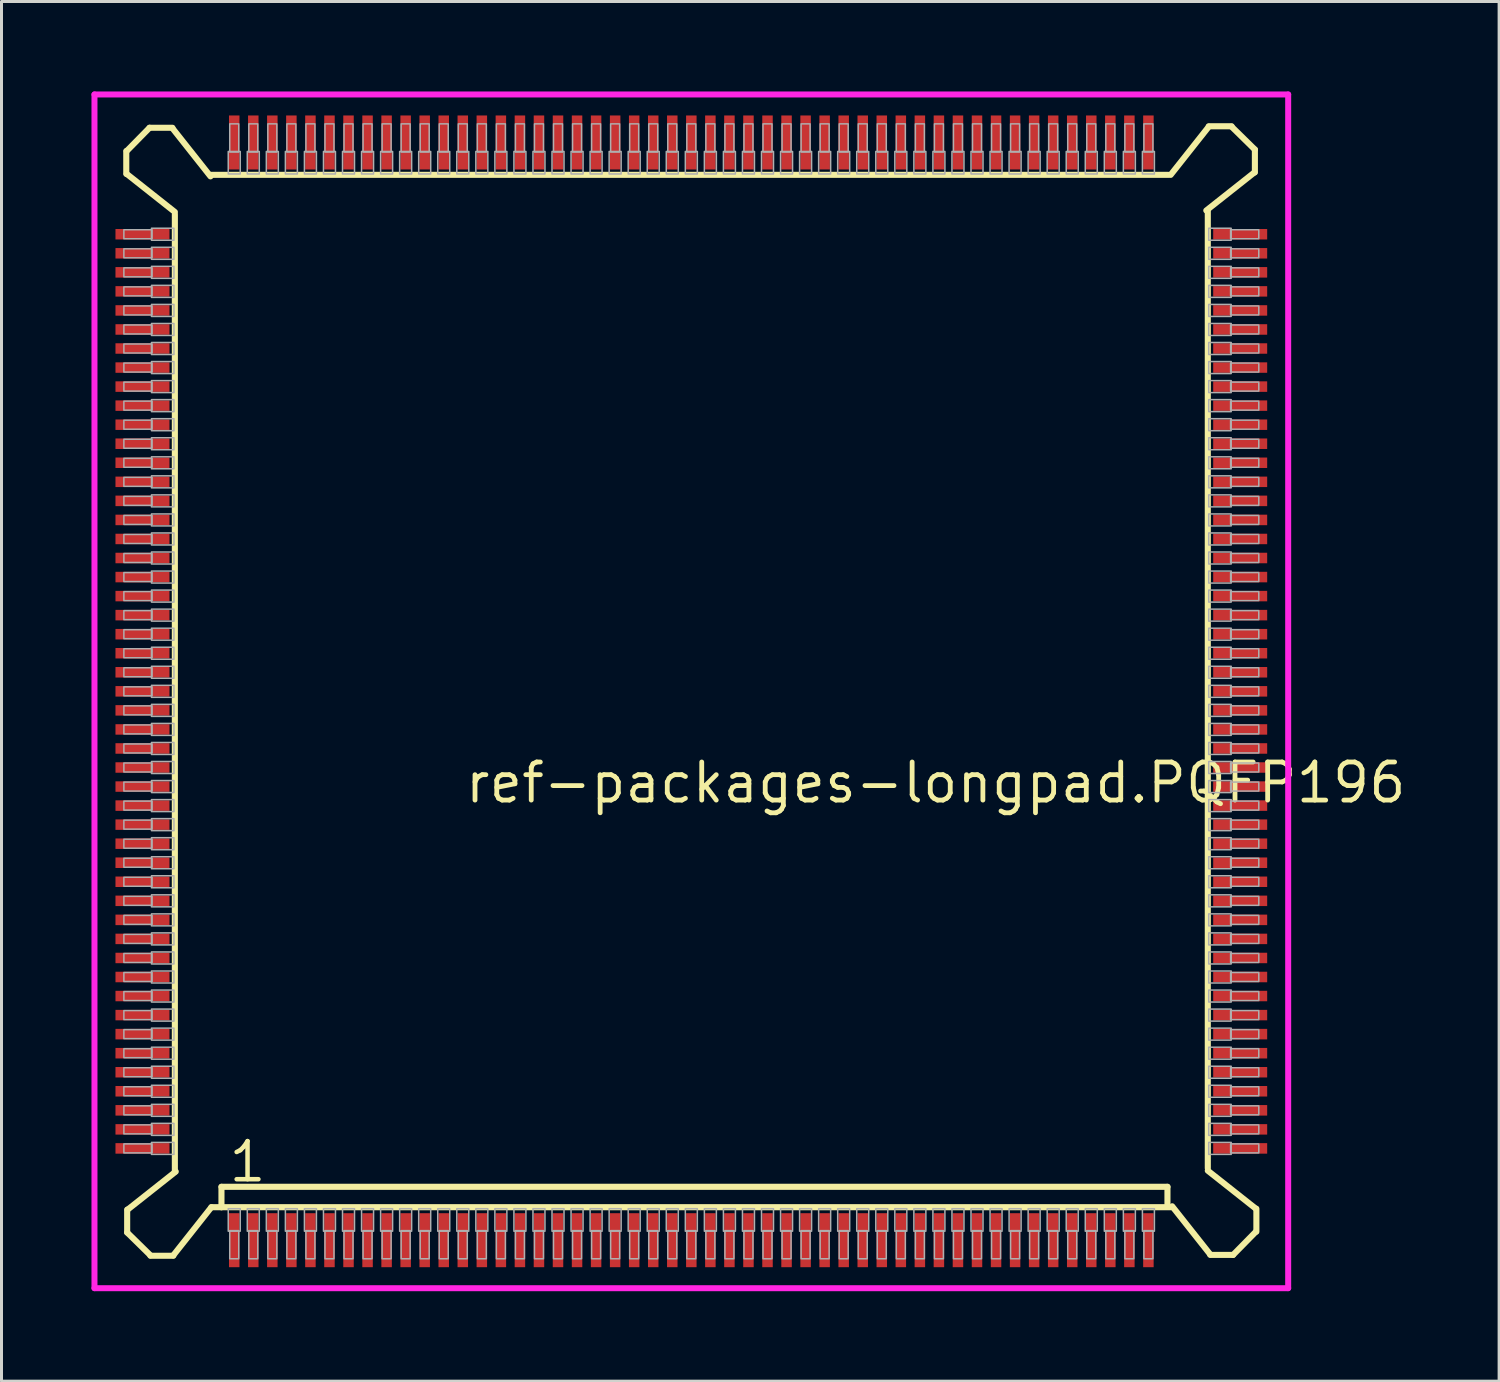
<source format=kicad_pcb>
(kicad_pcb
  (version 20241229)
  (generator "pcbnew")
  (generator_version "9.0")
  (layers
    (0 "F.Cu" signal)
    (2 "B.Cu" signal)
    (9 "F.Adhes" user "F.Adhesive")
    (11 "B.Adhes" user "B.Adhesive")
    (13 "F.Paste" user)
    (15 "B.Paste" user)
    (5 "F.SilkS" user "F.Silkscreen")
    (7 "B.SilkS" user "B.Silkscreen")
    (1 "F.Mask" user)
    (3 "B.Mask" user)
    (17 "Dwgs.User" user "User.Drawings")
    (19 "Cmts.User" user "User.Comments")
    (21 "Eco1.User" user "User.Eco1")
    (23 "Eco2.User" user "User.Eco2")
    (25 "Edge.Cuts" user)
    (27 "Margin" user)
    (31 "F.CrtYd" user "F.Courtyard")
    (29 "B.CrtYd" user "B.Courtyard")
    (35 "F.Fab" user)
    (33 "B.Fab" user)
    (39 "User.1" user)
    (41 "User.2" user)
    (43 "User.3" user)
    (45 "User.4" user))
  (footprint "ref-packages-longpad.PQFP196"
    (layer "F.Cu")
    (at 20 20)
    (property "Reference" "ref-packages-longpad.PQFP196" (at -7.62 3.79 0) (layer "F.SilkS") (effects (font (size 1.27 1.27) (thickness 0.16)) (justify left bottom)))
    (attr smd)
    (fp_line (start -18.84 -18.014) (end -18.84 -17.252) (stroke (width 0.203) (type default)) (layer "F.SilkS"))
    (fp_line (start -18.826 -17.252) (end -17.22 -15.982) (stroke (width 0.203) (type default)) (layer "F.SilkS"))
    (fp_line (start -18.81 17.282) (end -18.81 18.044) (stroke (width 0.203) (type default)) (layer "F.SilkS"))
    (fp_line (start -18.81 18.044) (end -18.034 18.806) (stroke (width 0.203) (type default)) (layer "F.SilkS"))
    (fp_line (start -18.064 -18.79) (end -18.826 -18.014) (stroke (width 0.203) (type default)) (layer "F.SilkS"))
    (fp_line (start -18.034 18.82) (end -17.272 18.82) (stroke (width 0.203) (type default)) (layer "F.SilkS"))
    (fp_line (start -17.302 -18.79) (end -18.064 -18.79) (stroke (width 0.203) (type default)) (layer "F.SilkS"))
    (fp_line (start -17.272 18.806) (end -16.002 17.2) (stroke (width 0.203) (type default)) (layer "F.SilkS"))
    (fp_line (start -17.22 -15.9) (end -17.22 16.022) (stroke (width 0.203) (type default)) (layer "F.SilkS"))
    (fp_line (start -17.19 16.012) (end -18.796 17.282) (stroke (width 0.203) (type default)) (layer "F.SilkS"))
    (fp_line (start -16.032 -17.17) (end -17.302 -18.776) (stroke (width 0.203) (type default)) (layer "F.SilkS"))
    (fp_line (start -16.002 17.2) (end -15.666 17.2) (stroke (width 0.203) (type default)) (layer "F.SilkS"))
    (fp_line (start -15.666 16.52) (end 15.875 16.52) (stroke (width 0.203) (type default)) (layer "F.SilkS"))
    (fp_line (start -15.666 17.2) (end -15.666 16.52) (stroke (width 0.203) (type default)) (layer "F.SilkS"))
    (fp_line (start -15.666 17.2) (end 16.002 17.2) (stroke (width 0.203) (type default)) (layer "F.SilkS"))
    (fp_line (start 15.875 16.52) (end 15.875 17.155) (stroke (width 0.203) (type default)) (layer "F.SilkS"))
    (fp_line (start 15.9 -17.22) (end -16.022 -17.22) (stroke (width 0.203) (type default)) (layer "F.SilkS"))
    (fp_line (start 16.032 17.17) (end 17.302 18.776) (stroke (width 0.203) (type default)) (layer "F.SilkS"))
    (fp_line (start 17.17 -16.032) (end 18.776 -17.302) (stroke (width 0.203) (type default)) (layer "F.SilkS"))
    (fp_line (start 17.22 15.9) (end 17.22 -16.022) (stroke (width 0.203) (type default)) (layer "F.SilkS"))
    (fp_line (start 17.252 -18.826) (end 15.982 -17.22) (stroke (width 0.203) (type default)) (layer "F.SilkS"))
    (fp_line (start 17.302 18.79) (end 18.064 18.79) (stroke (width 0.203) (type default)) (layer "F.SilkS"))
    (fp_line (start 18.014 -18.84) (end 17.252 -18.84) (stroke (width 0.203) (type default)) (layer "F.SilkS"))
    (fp_line (start 18.064 18.79) (end 18.826 18.014) (stroke (width 0.203) (type default)) (layer "F.SilkS"))
    (fp_line (start 18.79 -18.064) (end 18.014 -18.826) (stroke (width 0.203) (type default)) (layer "F.SilkS"))
    (fp_line (start 18.79 -17.302) (end 18.79 -18.064) (stroke (width 0.203) (type default)) (layer "F.SilkS"))
    (fp_line (start 18.826 17.252) (end 17.22 15.982) (stroke (width 0.203) (type default)) (layer "F.SilkS"))
    (fp_line (start 18.84 18.014) (end 18.84 17.252) (stroke (width 0.203) (type default)) (layer "F.SilkS"))
    (fp_line (start -19.9 -19.9) (end 19.9 -19.9) (stroke (width 0.2) (type default)) (layer "F.CrtYd"))
    (fp_line (start -19.9 19.9) (end -19.9 -19.9) (stroke (width 0.2) (type default)) (layer "F.CrtYd"))
    (fp_line (start 19.9 -19.9) (end 19.9 19.9) (stroke (width 0.2) (type default)) (layer "F.CrtYd"))
    (fp_line (start 19.9 19.9) (end -19.9 19.9) (stroke (width 0.2) (type default)) (layer "F.CrtYd"))
    (fp_rect (start -18.92 -15.09) (end -17.98 -15.39) (stroke (width 0.05) (type default)) (fill no) (layer "F.Fab"))
    (fp_rect (start -18.92 -14.455) (end -17.98 -14.755) (stroke (width 0.05) (type default)) (fill no) (layer "F.Fab"))
    (fp_rect (start -18.92 -13.82) (end -17.98 -14.12) (stroke (width 0.05) (type default)) (fill no) (layer "F.Fab"))
    (fp_rect (start -18.92 -13.185) (end -17.98 -13.485) (stroke (width 0.05) (type default)) (fill no) (layer "F.Fab"))
    (fp_rect (start -18.92 -12.55) (end -17.98 -12.85) (stroke (width 0.05) (type default)) (fill no) (layer "F.Fab"))
    (fp_rect (start -18.92 -11.915) (end -17.98 -12.215) (stroke (width 0.05) (type default)) (fill no) (layer "F.Fab"))
    (fp_rect (start -18.92 -11.28) (end -17.98 -11.58) (stroke (width 0.05) (type default)) (fill no) (layer "F.Fab"))
    (fp_rect (start -18.92 -10.645) (end -17.98 -10.945) (stroke (width 0.05) (type default)) (fill no) (layer "F.Fab"))
    (fp_rect (start -18.92 -10.01) (end -17.98 -10.31) (stroke (width 0.05) (type default)) (fill no) (layer "F.Fab"))
    (fp_rect (start -18.92 -9.375) (end -17.98 -9.675) (stroke (width 0.05) (type default)) (fill no) (layer "F.Fab"))
    (fp_rect (start -18.92 -8.74) (end -17.98 -9.04) (stroke (width 0.05) (type default)) (fill no) (layer "F.Fab"))
    (fp_rect (start -18.92 -8.105) (end -17.98 -8.405) (stroke (width 0.05) (type default)) (fill no) (layer "F.Fab"))
    (fp_rect (start -18.92 -7.47) (end -17.98 -7.77) (stroke (width 0.05) (type default)) (fill no) (layer "F.Fab"))
    (fp_rect (start -18.92 -6.835) (end -17.98 -7.135) (stroke (width 0.05) (type default)) (fill no) (layer "F.Fab"))
    (fp_rect (start -18.92 -6.2) (end -17.98 -6.5) (stroke (width 0.05) (type default)) (fill no) (layer "F.Fab"))
    (fp_rect (start -18.92 -5.565) (end -17.98 -5.865) (stroke (width 0.05) (type default)) (fill no) (layer "F.Fab"))
    (fp_rect (start -18.92 -4.93) (end -17.98 -5.23) (stroke (width 0.05) (type default)) (fill no) (layer "F.Fab"))
    (fp_rect (start -18.92 -4.295) (end -17.98 -4.595) (stroke (width 0.05) (type default)) (fill no) (layer "F.Fab"))
    (fp_rect (start -18.92 -3.66) (end -17.98 -3.96) (stroke (width 0.05) (type default)) (fill no) (layer "F.Fab"))
    (fp_rect (start -18.92 -3.025) (end -17.98 -3.325) (stroke (width 0.05) (type default)) (fill no) (layer "F.Fab"))
    (fp_rect (start -18.92 -2.39) (end -17.98 -2.69) (stroke (width 0.05) (type default)) (fill no) (layer "F.Fab"))
    (fp_rect (start -18.92 -1.755) (end -17.98 -2.055) (stroke (width 0.05) (type default)) (fill no) (layer "F.Fab"))
    (fp_rect (start -18.92 -1.12) (end -17.98 -1.42) (stroke (width 0.05) (type default)) (fill no) (layer "F.Fab"))
    (fp_rect (start -18.92 -0.485) (end -17.98 -0.785) (stroke (width 0.05) (type default)) (fill no) (layer "F.Fab"))
    (fp_rect (start -18.92 0.15) (end -17.98 -0.15) (stroke (width 0.05) (type default)) (fill no) (layer "F.Fab"))
    (fp_rect (start -18.92 0.785) (end -17.98 0.485) (stroke (width 0.05) (type default)) (fill no) (layer "F.Fab"))
    (fp_rect (start -18.92 1.42) (end -17.98 1.12) (stroke (width 0.05) (type default)) (fill no) (layer "F.Fab"))
    (fp_rect (start -18.92 2.055) (end -17.98 1.755) (stroke (width 0.05) (type default)) (fill no) (layer "F.Fab"))
    (fp_rect (start -18.92 2.69) (end -17.98 2.39) (stroke (width 0.05) (type default)) (fill no) (layer "F.Fab"))
    (fp_rect (start -18.92 3.325) (end -17.98 3.025) (stroke (width 0.05) (type default)) (fill no) (layer "F.Fab"))
    (fp_rect (start -18.92 3.96) (end -17.98 3.66) (stroke (width 0.05) (type default)) (fill no) (layer "F.Fab"))
    (fp_rect (start -18.92 4.595) (end -17.98 4.295) (stroke (width 0.05) (type default)) (fill no) (layer "F.Fab"))
    (fp_rect (start -18.92 5.23) (end -17.98 4.93) (stroke (width 0.05) (type default)) (fill no) (layer "F.Fab"))
    (fp_rect (start -18.92 5.865) (end -17.98 5.565) (stroke (width 0.05) (type default)) (fill no) (layer "F.Fab"))
    (fp_rect (start -18.92 6.5) (end -17.98 6.2) (stroke (width 0.05) (type default)) (fill no) (layer "F.Fab"))
    (fp_rect (start -18.92 7.135) (end -17.98 6.835) (stroke (width 0.05) (type default)) (fill no) (layer "F.Fab"))
    (fp_rect (start -18.92 7.77) (end -17.98 7.47) (stroke (width 0.05) (type default)) (fill no) (layer "F.Fab"))
    (fp_rect (start -18.92 8.405) (end -17.98 8.105) (stroke (width 0.05) (type default)) (fill no) (layer "F.Fab"))
    (fp_rect (start -18.92 9.04) (end -17.98 8.74) (stroke (width 0.05) (type default)) (fill no) (layer "F.Fab"))
    (fp_rect (start -18.92 9.675) (end -17.98 9.375) (stroke (width 0.05) (type default)) (fill no) (layer "F.Fab"))
    (fp_rect (start -18.92 10.31) (end -17.98 10.01) (stroke (width 0.05) (type default)) (fill no) (layer "F.Fab"))
    (fp_rect (start -18.92 10.945) (end -17.98 10.645) (stroke (width 0.05) (type default)) (fill no) (layer "F.Fab"))
    (fp_rect (start -18.92 11.58) (end -17.98 11.28) (stroke (width 0.05) (type default)) (fill no) (layer "F.Fab"))
    (fp_rect (start -18.92 12.215) (end -17.98 11.915) (stroke (width 0.05) (type default)) (fill no) (layer "F.Fab"))
    (fp_rect (start -18.92 12.85) (end -17.98 12.55) (stroke (width 0.05) (type default)) (fill no) (layer "F.Fab"))
    (fp_rect (start -18.92 13.485) (end -17.98 13.185) (stroke (width 0.05) (type default)) (fill no) (layer "F.Fab"))
    (fp_rect (start -18.92 14.12) (end -17.98 13.82) (stroke (width 0.05) (type default)) (fill no) (layer "F.Fab"))
    (fp_rect (start -18.92 14.755) (end -17.98 14.455) (stroke (width 0.05) (type default)) (fill no) (layer "F.Fab"))
    (fp_rect (start -18.92 15.39) (end -17.98 15.09) (stroke (width 0.05) (type default)) (fill no) (layer "F.Fab"))
    (fp_rect (start -18 -15.04) (end -17.25 -15.44) (stroke (width 0.05) (type default)) (fill no) (layer "F.Fab"))
    (fp_rect (start -18 -14.405) (end -17.25 -14.805) (stroke (width 0.05) (type default)) (fill no) (layer "F.Fab"))
    (fp_rect (start -18 -13.77) (end -17.25 -14.17) (stroke (width 0.05) (type default)) (fill no) (layer "F.Fab"))
    (fp_rect (start -18 -13.135) (end -17.25 -13.535) (stroke (width 0.05) (type default)) (fill no) (layer "F.Fab"))
    (fp_rect (start -18 -12.5) (end -17.25 -12.9) (stroke (width 0.05) (type default)) (fill no) (layer "F.Fab"))
    (fp_rect (start -18 -11.865) (end -17.25 -12.265) (stroke (width 0.05) (type default)) (fill no) (layer "F.Fab"))
    (fp_rect (start -18 -11.23) (end -17.25 -11.63) (stroke (width 0.05) (type default)) (fill no) (layer "F.Fab"))
    (fp_rect (start -18 -10.595) (end -17.25 -10.995) (stroke (width 0.05) (type default)) (fill no) (layer "F.Fab"))
    (fp_rect (start -18 -9.96) (end -17.25 -10.36) (stroke (width 0.05) (type default)) (fill no) (layer "F.Fab"))
    (fp_rect (start -18 -9.325) (end -17.25 -9.725) (stroke (width 0.05) (type default)) (fill no) (layer "F.Fab"))
    (fp_rect (start -18 -8.69) (end -17.25 -9.09) (stroke (width 0.05) (type default)) (fill no) (layer "F.Fab"))
    (fp_rect (start -18 -8.055) (end -17.25 -8.455) (stroke (width 0.05) (type default)) (fill no) (layer "F.Fab"))
    (fp_rect (start -18 -7.42) (end -17.25 -7.82) (stroke (width 0.05) (type default)) (fill no) (layer "F.Fab"))
    (fp_rect (start -18 -6.785) (end -17.25 -7.185) (stroke (width 0.05) (type default)) (fill no) (layer "F.Fab"))
    (fp_rect (start -18 -6.15) (end -17.25 -6.55) (stroke (width 0.05) (type default)) (fill no) (layer "F.Fab"))
    (fp_rect (start -18 -5.515) (end -17.25 -5.915) (stroke (width 0.05) (type default)) (fill no) (layer "F.Fab"))
    (fp_rect (start -18 -4.88) (end -17.25 -5.28) (stroke (width 0.05) (type default)) (fill no) (layer "F.Fab"))
    (fp_rect (start -18 -4.245) (end -17.25 -4.645) (stroke (width 0.05) (type default)) (fill no) (layer "F.Fab"))
    (fp_rect (start -18 -3.61) (end -17.25 -4.01) (stroke (width 0.05) (type default)) (fill no) (layer "F.Fab"))
    (fp_rect (start -18 -2.975) (end -17.25 -3.375) (stroke (width 0.05) (type default)) (fill no) (layer "F.Fab"))
    (fp_rect (start -18 -2.34) (end -17.25 -2.74) (stroke (width 0.05) (type default)) (fill no) (layer "F.Fab"))
    (fp_rect (start -18 -1.705) (end -17.25 -2.105) (stroke (width 0.05) (type default)) (fill no) (layer "F.Fab"))
    (fp_rect (start -18 -1.07) (end -17.25 -1.47) (stroke (width 0.05) (type default)) (fill no) (layer "F.Fab"))
    (fp_rect (start -18 -0.435) (end -17.25 -0.835) (stroke (width 0.05) (type default)) (fill no) (layer "F.Fab"))
    (fp_rect (start -18 0.2) (end -17.25 -0.2) (stroke (width 0.05) (type default)) (fill no) (layer "F.Fab"))
    (fp_rect (start -18 0.835) (end -17.25 0.435) (stroke (width 0.05) (type default)) (fill no) (layer "F.Fab"))
    (fp_rect (start -18 1.47) (end -17.25 1.07) (stroke (width 0.05) (type default)) (fill no) (layer "F.Fab"))
    (fp_rect (start -18 2.105) (end -17.25 1.705) (stroke (width 0.05) (type default)) (fill no) (layer "F.Fab"))
    (fp_rect (start -18 2.74) (end -17.25 2.34) (stroke (width 0.05) (type default)) (fill no) (layer "F.Fab"))
    (fp_rect (start -18 3.375) (end -17.25 2.975) (stroke (width 0.05) (type default)) (fill no) (layer "F.Fab"))
    (fp_rect (start -18 4.01) (end -17.25 3.61) (stroke (width 0.05) (type default)) (fill no) (layer "F.Fab"))
    (fp_rect (start -18 4.645) (end -17.25 4.245) (stroke (width 0.05) (type default)) (fill no) (layer "F.Fab"))
    (fp_rect (start -18 5.28) (end -17.25 4.88) (stroke (width 0.05) (type default)) (fill no) (layer "F.Fab"))
    (fp_rect (start -18 5.915) (end -17.25 5.515) (stroke (width 0.05) (type default)) (fill no) (layer "F.Fab"))
    (fp_rect (start -18 6.55) (end -17.25 6.15) (stroke (width 0.05) (type default)) (fill no) (layer "F.Fab"))
    (fp_rect (start -18 7.185) (end -17.25 6.785) (stroke (width 0.05) (type default)) (fill no) (layer "F.Fab"))
    (fp_rect (start -18 7.82) (end -17.25 7.42) (stroke (width 0.05) (type default)) (fill no) (layer "F.Fab"))
    (fp_rect (start -18 8.455) (end -17.25 8.055) (stroke (width 0.05) (type default)) (fill no) (layer "F.Fab"))
    (fp_rect (start -18 9.09) (end -17.25 8.69) (stroke (width 0.05) (type default)) (fill no) (layer "F.Fab"))
    (fp_rect (start -18 9.725) (end -17.25 9.325) (stroke (width 0.05) (type default)) (fill no) (layer "F.Fab"))
    (fp_rect (start -18 10.36) (end -17.25 9.96) (stroke (width 0.05) (type default)) (fill no) (layer "F.Fab"))
    (fp_rect (start -18 10.995) (end -17.25 10.595) (stroke (width 0.05) (type default)) (fill no) (layer "F.Fab"))
    (fp_rect (start -18 11.63) (end -17.25 11.23) (stroke (width 0.05) (type default)) (fill no) (layer "F.Fab"))
    (fp_rect (start -18 12.265) (end -17.25 11.865) (stroke (width 0.05) (type default)) (fill no) (layer "F.Fab"))
    (fp_rect (start -18 12.9) (end -17.25 12.5) (stroke (width 0.05) (type default)) (fill no) (layer "F.Fab"))
    (fp_rect (start -18 13.535) (end -17.25 13.135) (stroke (width 0.05) (type default)) (fill no) (layer "F.Fab"))
    (fp_rect (start -18 14.17) (end -17.25 13.77) (stroke (width 0.05) (type default)) (fill no) (layer "F.Fab"))
    (fp_rect (start -18 14.805) (end -17.25 14.405) (stroke (width 0.05) (type default)) (fill no) (layer "F.Fab"))
    (fp_rect (start -18 15.44) (end -17.25 15.04) (stroke (width 0.05) (type default)) (fill no) (layer "F.Fab"))
    (fp_rect (start -15.44 -17.25) (end -15.04 -18) (stroke (width 0.05) (type default)) (fill no) (layer "F.Fab"))
    (fp_rect (start -15.44 18) (end -15.04 17.25) (stroke (width 0.05) (type default)) (fill no) (layer "F.Fab"))
    (fp_rect (start -15.39 -17.98) (end -15.09 -18.92) (stroke (width 0.05) (type default)) (fill no) (layer "F.Fab"))
    (fp_rect (start -15.39 18.92) (end -15.09 17.98) (stroke (width 0.05) (type default)) (fill no) (layer "F.Fab"))
    (fp_rect (start -14.805 -17.25) (end -14.405 -18) (stroke (width 0.05) (type default)) (fill no) (layer "F.Fab"))
    (fp_rect (start -14.805 18) (end -14.405 17.25) (stroke (width 0.05) (type default)) (fill no) (layer "F.Fab"))
    (fp_rect (start -14.755 -17.98) (end -14.455 -18.92) (stroke (width 0.05) (type default)) (fill no) (layer "F.Fab"))
    (fp_rect (start -14.755 18.92) (end -14.455 17.98) (stroke (width 0.05) (type default)) (fill no) (layer "F.Fab"))
    (fp_rect (start -14.17 -17.25) (end -13.77 -18) (stroke (width 0.05) (type default)) (fill no) (layer "F.Fab"))
    (fp_rect (start -14.17 18) (end -13.77 17.25) (stroke (width 0.05) (type default)) (fill no) (layer "F.Fab"))
    (fp_rect (start -14.12 -17.98) (end -13.82 -18.92) (stroke (width 0.05) (type default)) (fill no) (layer "F.Fab"))
    (fp_rect (start -14.12 18.92) (end -13.82 17.98) (stroke (width 0.05) (type default)) (fill no) (layer "F.Fab"))
    (fp_rect (start -13.535 -17.25) (end -13.135 -18) (stroke (width 0.05) (type default)) (fill no) (layer "F.Fab"))
    (fp_rect (start -13.535 18) (end -13.135 17.25) (stroke (width 0.05) (type default)) (fill no) (layer "F.Fab"))
    (fp_rect (start -13.485 -17.98) (end -13.185 -18.92) (stroke (width 0.05) (type default)) (fill no) (layer "F.Fab"))
    (fp_rect (start -13.485 18.92) (end -13.185 17.98) (stroke (width 0.05) (type default)) (fill no) (layer "F.Fab"))
    (fp_rect (start -12.9 -17.25) (end -12.5 -18) (stroke (width 0.05) (type default)) (fill no) (layer "F.Fab"))
    (fp_rect (start -12.9 18) (end -12.5 17.25) (stroke (width 0.05) (type default)) (fill no) (layer "F.Fab"))
    (fp_rect (start -12.85 -17.98) (end -12.55 -18.92) (stroke (width 0.05) (type default)) (fill no) (layer "F.Fab"))
    (fp_rect (start -12.85 18.92) (end -12.55 17.98) (stroke (width 0.05) (type default)) (fill no) (layer "F.Fab"))
    (fp_rect (start -12.265 -17.25) (end -11.865 -18) (stroke (width 0.05) (type default)) (fill no) (layer "F.Fab"))
    (fp_rect (start -12.265 18) (end -11.865 17.25) (stroke (width 0.05) (type default)) (fill no) (layer "F.Fab"))
    (fp_rect (start -12.215 -17.98) (end -11.915 -18.92) (stroke (width 0.05) (type default)) (fill no) (layer "F.Fab"))
    (fp_rect (start -12.215 18.92) (end -11.915 17.98) (stroke (width 0.05) (type default)) (fill no) (layer "F.Fab"))
    (fp_rect (start -11.63 -17.25) (end -11.23 -18) (stroke (width 0.05) (type default)) (fill no) (layer "F.Fab"))
    (fp_rect (start -11.63 18) (end -11.23 17.25) (stroke (width 0.05) (type default)) (fill no) (layer "F.Fab"))
    (fp_rect (start -11.58 -17.98) (end -11.28 -18.92) (stroke (width 0.05) (type default)) (fill no) (layer "F.Fab"))
    (fp_rect (start -11.58 18.92) (end -11.28 17.98) (stroke (width 0.05) (type default)) (fill no) (layer "F.Fab"))
    (fp_rect (start -10.995 -17.25) (end -10.595 -18) (stroke (width 0.05) (type default)) (fill no) (layer "F.Fab"))
    (fp_rect (start -10.995 18) (end -10.595 17.25) (stroke (width 0.05) (type default)) (fill no) (layer "F.Fab"))
    (fp_rect (start -10.945 -17.98) (end -10.645 -18.92) (stroke (width 0.05) (type default)) (fill no) (layer "F.Fab"))
    (fp_rect (start -10.945 18.92) (end -10.645 17.98) (stroke (width 0.05) (type default)) (fill no) (layer "F.Fab"))
    (fp_rect (start -10.36 -17.25) (end -9.96 -18) (stroke (width 0.05) (type default)) (fill no) (layer "F.Fab"))
    (fp_rect (start -10.36 18) (end -9.96 17.25) (stroke (width 0.05) (type default)) (fill no) (layer "F.Fab"))
    (fp_rect (start -10.31 -17.98) (end -10.01 -18.92) (stroke (width 0.05) (type default)) (fill no) (layer "F.Fab"))
    (fp_rect (start -10.31 18.92) (end -10.01 17.98) (stroke (width 0.05) (type default)) (fill no) (layer "F.Fab"))
    (fp_rect (start -9.725 -17.25) (end -9.325 -18) (stroke (width 0.05) (type default)) (fill no) (layer "F.Fab"))
    (fp_rect (start -9.725 18) (end -9.325 17.25) (stroke (width 0.05) (type default)) (fill no) (layer "F.Fab"))
    (fp_rect (start -9.675 -17.98) (end -9.375 -18.92) (stroke (width 0.05) (type default)) (fill no) (layer "F.Fab"))
    (fp_rect (start -9.675 18.92) (end -9.375 17.98) (stroke (width 0.05) (type default)) (fill no) (layer "F.Fab"))
    (fp_rect (start -9.09 -17.25) (end -8.69 -18) (stroke (width 0.05) (type default)) (fill no) (layer "F.Fab"))
    (fp_rect (start -9.09 18) (end -8.69 17.25) (stroke (width 0.05) (type default)) (fill no) (layer "F.Fab"))
    (fp_rect (start -9.04 -17.98) (end -8.74 -18.92) (stroke (width 0.05) (type default)) (fill no) (layer "F.Fab"))
    (fp_rect (start -9.04 18.92) (end -8.74 17.98) (stroke (width 0.05) (type default)) (fill no) (layer "F.Fab"))
    (fp_rect (start -8.455 -17.25) (end -8.055 -18) (stroke (width 0.05) (type default)) (fill no) (layer "F.Fab"))
    (fp_rect (start -8.455 18) (end -8.055 17.25) (stroke (width 0.05) (type default)) (fill no) (layer "F.Fab"))
    (fp_rect (start -8.405 -17.98) (end -8.105 -18.92) (stroke (width 0.05) (type default)) (fill no) (layer "F.Fab"))
    (fp_rect (start -8.405 18.92) (end -8.105 17.98) (stroke (width 0.05) (type default)) (fill no) (layer "F.Fab"))
    (fp_rect (start -7.82 -17.25) (end -7.42 -18) (stroke (width 0.05) (type default)) (fill no) (layer "F.Fab"))
    (fp_rect (start -7.82 18) (end -7.42 17.25) (stroke (width 0.05) (type default)) (fill no) (layer "F.Fab"))
    (fp_rect (start -7.77 -17.98) (end -7.47 -18.92) (stroke (width 0.05) (type default)) (fill no) (layer "F.Fab"))
    (fp_rect (start -7.77 18.92) (end -7.47 17.98) (stroke (width 0.05) (type default)) (fill no) (layer "F.Fab"))
    (fp_rect (start -7.185 -17.25) (end -6.785 -18) (stroke (width 0.05) (type default)) (fill no) (layer "F.Fab"))
    (fp_rect (start -7.185 18) (end -6.785 17.25) (stroke (width 0.05) (type default)) (fill no) (layer "F.Fab"))
    (fp_rect (start -7.135 -17.98) (end -6.835 -18.92) (stroke (width 0.05) (type default)) (fill no) (layer "F.Fab"))
    (fp_rect (start -7.135 18.92) (end -6.835 17.98) (stroke (width 0.05) (type default)) (fill no) (layer "F.Fab"))
    (fp_rect (start -6.55 -17.25) (end -6.15 -18) (stroke (width 0.05) (type default)) (fill no) (layer "F.Fab"))
    (fp_rect (start -6.55 18) (end -6.15 17.25) (stroke (width 0.05) (type default)) (fill no) (layer "F.Fab"))
    (fp_rect (start -6.5 -17.98) (end -6.2 -18.92) (stroke (width 0.05) (type default)) (fill no) (layer "F.Fab"))
    (fp_rect (start -6.5 18.92) (end -6.2 17.98) (stroke (width 0.05) (type default)) (fill no) (layer "F.Fab"))
    (fp_rect (start -5.915 -17.25) (end -5.515 -18) (stroke (width 0.05) (type default)) (fill no) (layer "F.Fab"))
    (fp_rect (start -5.915 18) (end -5.515 17.25) (stroke (width 0.05) (type default)) (fill no) (layer "F.Fab"))
    (fp_rect (start -5.865 -17.98) (end -5.565 -18.92) (stroke (width 0.05) (type default)) (fill no) (layer "F.Fab"))
    (fp_rect (start -5.865 18.92) (end -5.565 17.98) (stroke (width 0.05) (type default)) (fill no) (layer "F.Fab"))
    (fp_rect (start -5.28 -17.25) (end -4.88 -18) (stroke (width 0.05) (type default)) (fill no) (layer "F.Fab"))
    (fp_rect (start -5.28 18) (end -4.88 17.25) (stroke (width 0.05) (type default)) (fill no) (layer "F.Fab"))
    (fp_rect (start -5.23 -17.98) (end -4.93 -18.92) (stroke (width 0.05) (type default)) (fill no) (layer "F.Fab"))
    (fp_rect (start -5.23 18.92) (end -4.93 17.98) (stroke (width 0.05) (type default)) (fill no) (layer "F.Fab"))
    (fp_rect (start -4.645 -17.25) (end -4.245 -18) (stroke (width 0.05) (type default)) (fill no) (layer "F.Fab"))
    (fp_rect (start -4.645 18) (end -4.245 17.25) (stroke (width 0.05) (type default)) (fill no) (layer "F.Fab"))
    (fp_rect (start -4.595 -17.98) (end -4.295 -18.92) (stroke (width 0.05) (type default)) (fill no) (layer "F.Fab"))
    (fp_rect (start -4.595 18.92) (end -4.295 17.98) (stroke (width 0.05) (type default)) (fill no) (layer "F.Fab"))
    (fp_rect (start -4.01 -17.25) (end -3.61 -18) (stroke (width 0.05) (type default)) (fill no) (layer "F.Fab"))
    (fp_rect (start -4.01 18) (end -3.61 17.25) (stroke (width 0.05) (type default)) (fill no) (layer "F.Fab"))
    (fp_rect (start -3.96 -17.98) (end -3.66 -18.92) (stroke (width 0.05) (type default)) (fill no) (layer "F.Fab"))
    (fp_rect (start -3.96 18.92) (end -3.66 17.98) (stroke (width 0.05) (type default)) (fill no) (layer "F.Fab"))
    (fp_rect (start -3.375 -17.25) (end -2.975 -18) (stroke (width 0.05) (type default)) (fill no) (layer "F.Fab"))
    (fp_rect (start -3.375 18) (end -2.975 17.25) (stroke (width 0.05) (type default)) (fill no) (layer "F.Fab"))
    (fp_rect (start -3.325 -17.98) (end -3.025 -18.92) (stroke (width 0.05) (type default)) (fill no) (layer "F.Fab"))
    (fp_rect (start -3.325 18.92) (end -3.025 17.98) (stroke (width 0.05) (type default)) (fill no) (layer "F.Fab"))
    (fp_rect (start -2.74 -17.25) (end -2.34 -18) (stroke (width 0.05) (type default)) (fill no) (layer "F.Fab"))
    (fp_rect (start -2.74 18) (end -2.34 17.25) (stroke (width 0.05) (type default)) (fill no) (layer "F.Fab"))
    (fp_rect (start -2.69 -17.98) (end -2.39 -18.92) (stroke (width 0.05) (type default)) (fill no) (layer "F.Fab"))
    (fp_rect (start -2.69 18.92) (end -2.39 17.98) (stroke (width 0.05) (type default)) (fill no) (layer "F.Fab"))
    (fp_rect (start -2.105 -17.25) (end -1.705 -18) (stroke (width 0.05) (type default)) (fill no) (layer "F.Fab"))
    (fp_rect (start -2.105 18) (end -1.705 17.25) (stroke (width 0.05) (type default)) (fill no) (layer "F.Fab"))
    (fp_rect (start -2.055 -17.98) (end -1.755 -18.92) (stroke (width 0.05) (type default)) (fill no) (layer "F.Fab"))
    (fp_rect (start -2.055 18.92) (end -1.755 17.98) (stroke (width 0.05) (type default)) (fill no) (layer "F.Fab"))
    (fp_rect (start -1.47 -17.25) (end -1.07 -18) (stroke (width 0.05) (type default)) (fill no) (layer "F.Fab"))
    (fp_rect (start -1.47 18) (end -1.07 17.25) (stroke (width 0.05) (type default)) (fill no) (layer "F.Fab"))
    (fp_rect (start -1.42 -17.98) (end -1.12 -18.92) (stroke (width 0.05) (type default)) (fill no) (layer "F.Fab"))
    (fp_rect (start -1.42 18.92) (end -1.12 17.98) (stroke (width 0.05) (type default)) (fill no) (layer "F.Fab"))
    (fp_rect (start -0.835 -17.25) (end -0.435 -18) (stroke (width 0.05) (type default)) (fill no) (layer "F.Fab"))
    (fp_rect (start -0.835 18) (end -0.435 17.25) (stroke (width 0.05) (type default)) (fill no) (layer "F.Fab"))
    (fp_rect (start -0.785 -17.98) (end -0.485 -18.92) (stroke (width 0.05) (type default)) (fill no) (layer "F.Fab"))
    (fp_rect (start -0.785 18.92) (end -0.485 17.98) (stroke (width 0.05) (type default)) (fill no) (layer "F.Fab"))
    (fp_rect (start -0.2 -17.25) (end 0.2 -18) (stroke (width 0.05) (type default)) (fill no) (layer "F.Fab"))
    (fp_rect (start -0.2 18) (end 0.2 17.25) (stroke (width 0.05) (type default)) (fill no) (layer "F.Fab"))
    (fp_rect (start -0.15 -17.98) (end 0.15 -18.92) (stroke (width 0.05) (type default)) (fill no) (layer "F.Fab"))
    (fp_rect (start -0.15 18.92) (end 0.15 17.98) (stroke (width 0.05) (type default)) (fill no) (layer "F.Fab"))
    (fp_rect (start 0.435 -17.25) (end 0.835 -18) (stroke (width 0.05) (type default)) (fill no) (layer "F.Fab"))
    (fp_rect (start 0.435 18) (end 0.835 17.25) (stroke (width 0.05) (type default)) (fill no) (layer "F.Fab"))
    (fp_rect (start 0.485 -17.98) (end 0.785 -18.92) (stroke (width 0.05) (type default)) (fill no) (layer "F.Fab"))
    (fp_rect (start 0.485 18.92) (end 0.785 17.98) (stroke (width 0.05) (type default)) (fill no) (layer "F.Fab"))
    (fp_rect (start 1.07 -17.25) (end 1.47 -18) (stroke (width 0.05) (type default)) (fill no) (layer "F.Fab"))
    (fp_rect (start 1.07 18) (end 1.47 17.25) (stroke (width 0.05) (type default)) (fill no) (layer "F.Fab"))
    (fp_rect (start 1.12 -17.98) (end 1.42 -18.92) (stroke (width 0.05) (type default)) (fill no) (layer "F.Fab"))
    (fp_rect (start 1.12 18.92) (end 1.42 17.98) (stroke (width 0.05) (type default)) (fill no) (layer "F.Fab"))
    (fp_rect (start 1.705 -17.25) (end 2.105 -18) (stroke (width 0.05) (type default)) (fill no) (layer "F.Fab"))
    (fp_rect (start 1.705 18) (end 2.105 17.25) (stroke (width 0.05) (type default)) (fill no) (layer "F.Fab"))
    (fp_rect (start 1.755 -17.98) (end 2.055 -18.92) (stroke (width 0.05) (type default)) (fill no) (layer "F.Fab"))
    (fp_rect (start 1.755 18.92) (end 2.055 17.98) (stroke (width 0.05) (type default)) (fill no) (layer "F.Fab"))
    (fp_rect (start 2.34 -17.25) (end 2.74 -18) (stroke (width 0.05) (type default)) (fill no) (layer "F.Fab"))
    (fp_rect (start 2.34 18) (end 2.74 17.25) (stroke (width 0.05) (type default)) (fill no) (layer "F.Fab"))
    (fp_rect (start 2.39 -17.98) (end 2.69 -18.92) (stroke (width 0.05) (type default)) (fill no) (layer "F.Fab"))
    (fp_rect (start 2.39 18.92) (end 2.69 17.98) (stroke (width 0.05) (type default)) (fill no) (layer "F.Fab"))
    (fp_rect (start 2.975 -17.25) (end 3.375 -18) (stroke (width 0.05) (type default)) (fill no) (layer "F.Fab"))
    (fp_rect (start 2.975 18) (end 3.375 17.25) (stroke (width 0.05) (type default)) (fill no) (layer "F.Fab"))
    (fp_rect (start 3.025 -17.98) (end 3.325 -18.92) (stroke (width 0.05) (type default)) (fill no) (layer "F.Fab"))
    (fp_rect (start 3.025 18.92) (end 3.325 17.98) (stroke (width 0.05) (type default)) (fill no) (layer "F.Fab"))
    (fp_rect (start 3.61 -17.25) (end 4.01 -18) (stroke (width 0.05) (type default)) (fill no) (layer "F.Fab"))
    (fp_rect (start 3.61 18) (end 4.01 17.25) (stroke (width 0.05) (type default)) (fill no) (layer "F.Fab"))
    (fp_rect (start 3.66 -17.98) (end 3.96 -18.92) (stroke (width 0.05) (type default)) (fill no) (layer "F.Fab"))
    (fp_rect (start 3.66 18.92) (end 3.96 17.98) (stroke (width 0.05) (type default)) (fill no) (layer "F.Fab"))
    (fp_rect (start 4.245 -17.25) (end 4.645 -18) (stroke (width 0.05) (type default)) (fill no) (layer "F.Fab"))
    (fp_rect (start 4.245 18) (end 4.645 17.25) (stroke (width 0.05) (type default)) (fill no) (layer "F.Fab"))
    (fp_rect (start 4.295 -17.98) (end 4.595 -18.92) (stroke (width 0.05) (type default)) (fill no) (layer "F.Fab"))
    (fp_rect (start 4.295 18.92) (end 4.595 17.98) (stroke (width 0.05) (type default)) (fill no) (layer "F.Fab"))
    (fp_rect (start 4.88 -17.25) (end 5.28 -18) (stroke (width 0.05) (type default)) (fill no) (layer "F.Fab"))
    (fp_rect (start 4.88 18) (end 5.28 17.25) (stroke (width 0.05) (type default)) (fill no) (layer "F.Fab"))
    (fp_rect (start 4.93 -17.98) (end 5.23 -18.92) (stroke (width 0.05) (type default)) (fill no) (layer "F.Fab"))
    (fp_rect (start 4.93 18.92) (end 5.23 17.98) (stroke (width 0.05) (type default)) (fill no) (layer "F.Fab"))
    (fp_rect (start 5.515 -17.25) (end 5.915 -18) (stroke (width 0.05) (type default)) (fill no) (layer "F.Fab"))
    (fp_rect (start 5.515 18) (end 5.915 17.25) (stroke (width 0.05) (type default)) (fill no) (layer "F.Fab"))
    (fp_rect (start 5.565 -17.98) (end 5.865 -18.92) (stroke (width 0.05) (type default)) (fill no) (layer "F.Fab"))
    (fp_rect (start 5.565 18.92) (end 5.865 17.98) (stroke (width 0.05) (type default)) (fill no) (layer "F.Fab"))
    (fp_rect (start 6.15 -17.25) (end 6.55 -18) (stroke (width 0.05) (type default)) (fill no) (layer "F.Fab"))
    (fp_rect (start 6.15 18) (end 6.55 17.25) (stroke (width 0.05) (type default)) (fill no) (layer "F.Fab"))
    (fp_rect (start 6.2 -17.98) (end 6.5 -18.92) (stroke (width 0.05) (type default)) (fill no) (layer "F.Fab"))
    (fp_rect (start 6.2 18.92) (end 6.5 17.98) (stroke (width 0.05) (type default)) (fill no) (layer "F.Fab"))
    (fp_rect (start 6.785 -17.25) (end 7.185 -18) (stroke (width 0.05) (type default)) (fill no) (layer "F.Fab"))
    (fp_rect (start 6.785 18) (end 7.185 17.25) (stroke (width 0.05) (type default)) (fill no) (layer "F.Fab"))
    (fp_rect (start 6.835 -17.98) (end 7.135 -18.92) (stroke (width 0.05) (type default)) (fill no) (layer "F.Fab"))
    (fp_rect (start 6.835 18.92) (end 7.135 17.98) (stroke (width 0.05) (type default)) (fill no) (layer "F.Fab"))
    (fp_rect (start 7.42 -17.25) (end 7.82 -18) (stroke (width 0.05) (type default)) (fill no) (layer "F.Fab"))
    (fp_rect (start 7.42 18) (end 7.82 17.25) (stroke (width 0.05) (type default)) (fill no) (layer "F.Fab"))
    (fp_rect (start 7.47 -17.98) (end 7.77 -18.92) (stroke (width 0.05) (type default)) (fill no) (layer "F.Fab"))
    (fp_rect (start 7.47 18.92) (end 7.77 17.98) (stroke (width 0.05) (type default)) (fill no) (layer "F.Fab"))
    (fp_rect (start 8.055 -17.25) (end 8.455 -18) (stroke (width 0.05) (type default)) (fill no) (layer "F.Fab"))
    (fp_rect (start 8.055 18) (end 8.455 17.25) (stroke (width 0.05) (type default)) (fill no) (layer "F.Fab"))
    (fp_rect (start 8.105 -17.98) (end 8.405 -18.92) (stroke (width 0.05) (type default)) (fill no) (layer "F.Fab"))
    (fp_rect (start 8.105 18.92) (end 8.405 17.98) (stroke (width 0.05) (type default)) (fill no) (layer "F.Fab"))
    (fp_rect (start 8.69 -17.25) (end 9.09 -18) (stroke (width 0.05) (type default)) (fill no) (layer "F.Fab"))
    (fp_rect (start 8.69 18) (end 9.09 17.25) (stroke (width 0.05) (type default)) (fill no) (layer "F.Fab"))
    (fp_rect (start 8.74 -17.98) (end 9.04 -18.92) (stroke (width 0.05) (type default)) (fill no) (layer "F.Fab"))
    (fp_rect (start 8.74 18.92) (end 9.04 17.98) (stroke (width 0.05) (type default)) (fill no) (layer "F.Fab"))
    (fp_rect (start 9.325 -17.25) (end 9.725 -18) (stroke (width 0.05) (type default)) (fill no) (layer "F.Fab"))
    (fp_rect (start 9.325 18) (end 9.725 17.25) (stroke (width 0.05) (type default)) (fill no) (layer "F.Fab"))
    (fp_rect (start 9.375 -17.98) (end 9.675 -18.92) (stroke (width 0.05) (type default)) (fill no) (layer "F.Fab"))
    (fp_rect (start 9.375 18.92) (end 9.675 17.98) (stroke (width 0.05) (type default)) (fill no) (layer "F.Fab"))
    (fp_rect (start 9.96 -17.25) (end 10.36 -18) (stroke (width 0.05) (type default)) (fill no) (layer "F.Fab"))
    (fp_rect (start 9.96 18) (end 10.36 17.25) (stroke (width 0.05) (type default)) (fill no) (layer "F.Fab"))
    (fp_rect (start 10.01 -17.98) (end 10.31 -18.92) (stroke (width 0.05) (type default)) (fill no) (layer "F.Fab"))
    (fp_rect (start 10.01 18.92) (end 10.31 17.98) (stroke (width 0.05) (type default)) (fill no) (layer "F.Fab"))
    (fp_rect (start 10.595 -17.25) (end 10.995 -18) (stroke (width 0.05) (type default)) (fill no) (layer "F.Fab"))
    (fp_rect (start 10.595 18) (end 10.995 17.25) (stroke (width 0.05) (type default)) (fill no) (layer "F.Fab"))
    (fp_rect (start 10.645 -17.98) (end 10.945 -18.92) (stroke (width 0.05) (type default)) (fill no) (layer "F.Fab"))
    (fp_rect (start 10.645 18.92) (end 10.945 17.98) (stroke (width 0.05) (type default)) (fill no) (layer "F.Fab"))
    (fp_rect (start 11.23 -17.25) (end 11.63 -18) (stroke (width 0.05) (type default)) (fill no) (layer "F.Fab"))
    (fp_rect (start 11.23 18) (end 11.63 17.25) (stroke (width 0.05) (type default)) (fill no) (layer "F.Fab"))
    (fp_rect (start 11.28 -17.98) (end 11.58 -18.92) (stroke (width 0.05) (type default)) (fill no) (layer "F.Fab"))
    (fp_rect (start 11.28 18.92) (end 11.58 17.98) (stroke (width 0.05) (type default)) (fill no) (layer "F.Fab"))
    (fp_rect (start 11.865 -17.25) (end 12.265 -18) (stroke (width 0.05) (type default)) (fill no) (layer "F.Fab"))
    (fp_rect (start 11.865 18) (end 12.265 17.25) (stroke (width 0.05) (type default)) (fill no) (layer "F.Fab"))
    (fp_rect (start 11.915 -17.98) (end 12.215 -18.92) (stroke (width 0.05) (type default)) (fill no) (layer "F.Fab"))
    (fp_rect (start 11.915 18.92) (end 12.215 17.98) (stroke (width 0.05) (type default)) (fill no) (layer "F.Fab"))
    (fp_rect (start 12.5 -17.25) (end 12.9 -18) (stroke (width 0.05) (type default)) (fill no) (layer "F.Fab"))
    (fp_rect (start 12.5 18) (end 12.9 17.25) (stroke (width 0.05) (type default)) (fill no) (layer "F.Fab"))
    (fp_rect (start 12.55 -17.98) (end 12.85 -18.92) (stroke (width 0.05) (type default)) (fill no) (layer "F.Fab"))
    (fp_rect (start 12.55 18.92) (end 12.85 17.98) (stroke (width 0.05) (type default)) (fill no) (layer "F.Fab"))
    (fp_rect (start 13.135 -17.25) (end 13.535 -18) (stroke (width 0.05) (type default)) (fill no) (layer "F.Fab"))
    (fp_rect (start 13.135 18) (end 13.535 17.25) (stroke (width 0.05) (type default)) (fill no) (layer "F.Fab"))
    (fp_rect (start 13.185 -17.98) (end 13.485 -18.92) (stroke (width 0.05) (type default)) (fill no) (layer "F.Fab"))
    (fp_rect (start 13.185 18.92) (end 13.485 17.98) (stroke (width 0.05) (type default)) (fill no) (layer "F.Fab"))
    (fp_rect (start 13.77 -17.25) (end 14.17 -18) (stroke (width 0.05) (type default)) (fill no) (layer "F.Fab"))
    (fp_rect (start 13.77 18) (end 14.17 17.25) (stroke (width 0.05) (type default)) (fill no) (layer "F.Fab"))
    (fp_rect (start 13.82 -17.98) (end 14.12 -18.92) (stroke (width 0.05) (type default)) (fill no) (layer "F.Fab"))
    (fp_rect (start 13.82 18.92) (end 14.12 17.98) (stroke (width 0.05) (type default)) (fill no) (layer "F.Fab"))
    (fp_rect (start 14.405 -17.25) (end 14.805 -18) (stroke (width 0.05) (type default)) (fill no) (layer "F.Fab"))
    (fp_rect (start 14.405 18) (end 14.805 17.25) (stroke (width 0.05) (type default)) (fill no) (layer "F.Fab"))
    (fp_rect (start 14.455 -17.98) (end 14.755 -18.92) (stroke (width 0.05) (type default)) (fill no) (layer "F.Fab"))
    (fp_rect (start 14.455 18.92) (end 14.755 17.98) (stroke (width 0.05) (type default)) (fill no) (layer "F.Fab"))
    (fp_rect (start 15.04 -17.25) (end 15.44 -18) (stroke (width 0.05) (type default)) (fill no) (layer "F.Fab"))
    (fp_rect (start 15.04 18) (end 15.44 17.25) (stroke (width 0.05) (type default)) (fill no) (layer "F.Fab"))
    (fp_rect (start 15.09 -17.98) (end 15.39 -18.92) (stroke (width 0.05) (type default)) (fill no) (layer "F.Fab"))
    (fp_rect (start 15.09 18.92) (end 15.39 17.98) (stroke (width 0.05) (type default)) (fill no) (layer "F.Fab"))
    (fp_rect (start 17.25 -15.04) (end 18 -15.44) (stroke (width 0.05) (type default)) (fill no) (layer "F.Fab"))
    (fp_rect (start 17.25 -14.405) (end 18 -14.805) (stroke (width 0.05) (type default)) (fill no) (layer "F.Fab"))
    (fp_rect (start 17.25 -13.77) (end 18 -14.17) (stroke (width 0.05) (type default)) (fill no) (layer "F.Fab"))
    (fp_rect (start 17.25 -13.135) (end 18 -13.535) (stroke (width 0.05) (type default)) (fill no) (layer "F.Fab"))
    (fp_rect (start 17.25 -12.5) (end 18 -12.9) (stroke (width 0.05) (type default)) (fill no) (layer "F.Fab"))
    (fp_rect (start 17.25 -11.865) (end 18 -12.265) (stroke (width 0.05) (type default)) (fill no) (layer "F.Fab"))
    (fp_rect (start 17.25 -11.23) (end 18 -11.63) (stroke (width 0.05) (type default)) (fill no) (layer "F.Fab"))
    (fp_rect (start 17.25 -10.595) (end 18 -10.995) (stroke (width 0.05) (type default)) (fill no) (layer "F.Fab"))
    (fp_rect (start 17.25 -9.96) (end 18 -10.36) (stroke (width 0.05) (type default)) (fill no) (layer "F.Fab"))
    (fp_rect (start 17.25 -9.325) (end 18 -9.725) (stroke (width 0.05) (type default)) (fill no) (layer "F.Fab"))
    (fp_rect (start 17.25 -8.69) (end 18 -9.09) (stroke (width 0.05) (type default)) (fill no) (layer "F.Fab"))
    (fp_rect (start 17.25 -8.055) (end 18 -8.455) (stroke (width 0.05) (type default)) (fill no) (layer "F.Fab"))
    (fp_rect (start 17.25 -7.42) (end 18 -7.82) (stroke (width 0.05) (type default)) (fill no) (layer "F.Fab"))
    (fp_rect (start 17.25 -6.785) (end 18 -7.185) (stroke (width 0.05) (type default)) (fill no) (layer "F.Fab"))
    (fp_rect (start 17.25 -6.15) (end 18 -6.55) (stroke (width 0.05) (type default)) (fill no) (layer "F.Fab"))
    (fp_rect (start 17.25 -5.515) (end 18 -5.915) (stroke (width 0.05) (type default)) (fill no) (layer "F.Fab"))
    (fp_rect (start 17.25 -4.88) (end 18 -5.28) (stroke (width 0.05) (type default)) (fill no) (layer "F.Fab"))
    (fp_rect (start 17.25 -4.245) (end 18 -4.645) (stroke (width 0.05) (type default)) (fill no) (layer "F.Fab"))
    (fp_rect (start 17.25 -3.61) (end 18 -4.01) (stroke (width 0.05) (type default)) (fill no) (layer "F.Fab"))
    (fp_rect (start 17.25 -2.975) (end 18 -3.375) (stroke (width 0.05) (type default)) (fill no) (layer "F.Fab"))
    (fp_rect (start 17.25 -2.34) (end 18 -2.74) (stroke (width 0.05) (type default)) (fill no) (layer "F.Fab"))
    (fp_rect (start 17.25 -1.705) (end 18 -2.105) (stroke (width 0.05) (type default)) (fill no) (layer "F.Fab"))
    (fp_rect (start 17.25 -1.07) (end 18 -1.47) (stroke (width 0.05) (type default)) (fill no) (layer "F.Fab"))
    (fp_rect (start 17.25 -0.435) (end 18 -0.835) (stroke (width 0.05) (type default)) (fill no) (layer "F.Fab"))
    (fp_rect (start 17.25 0.2) (end 18 -0.2) (stroke (width 0.05) (type default)) (fill no) (layer "F.Fab"))
    (fp_rect (start 17.25 0.835) (end 18 0.435) (stroke (width 0.05) (type default)) (fill no) (layer "F.Fab"))
    (fp_rect (start 17.25 1.47) (end 18 1.07) (stroke (width 0.05) (type default)) (fill no) (layer "F.Fab"))
    (fp_rect (start 17.25 2.105) (end 18 1.705) (stroke (width 0.05) (type default)) (fill no) (layer "F.Fab"))
    (fp_rect (start 17.25 2.74) (end 18 2.34) (stroke (width 0.05) (type default)) (fill no) (layer "F.Fab"))
    (fp_rect (start 17.25 3.375) (end 18 2.975) (stroke (width 0.05) (type default)) (fill no) (layer "F.Fab"))
    (fp_rect (start 17.25 4.01) (end 18 3.61) (stroke (width 0.05) (type default)) (fill no) (layer "F.Fab"))
    (fp_rect (start 17.25 4.645) (end 18 4.245) (stroke (width 0.05) (type default)) (fill no) (layer "F.Fab"))
    (fp_rect (start 17.25 5.28) (end 18 4.88) (stroke (width 0.05) (type default)) (fill no) (layer "F.Fab"))
    (fp_rect (start 17.25 5.915) (end 18 5.515) (stroke (width 0.05) (type default)) (fill no) (layer "F.Fab"))
    (fp_rect (start 17.25 6.55) (end 18 6.15) (stroke (width 0.05) (type default)) (fill no) (layer "F.Fab"))
    (fp_rect (start 17.25 7.185) (end 18 6.785) (stroke (width 0.05) (type default)) (fill no) (layer "F.Fab"))
    (fp_rect (start 17.25 7.82) (end 18 7.42) (stroke (width 0.05) (type default)) (fill no) (layer "F.Fab"))
    (fp_rect (start 17.25 8.455) (end 18 8.055) (stroke (width 0.05) (type default)) (fill no) (layer "F.Fab"))
    (fp_rect (start 17.25 9.09) (end 18 8.69) (stroke (width 0.05) (type default)) (fill no) (layer "F.Fab"))
    (fp_rect (start 17.25 9.725) (end 18 9.325) (stroke (width 0.05) (type default)) (fill no) (layer "F.Fab"))
    (fp_rect (start 17.25 10.36) (end 18 9.96) (stroke (width 0.05) (type default)) (fill no) (layer "F.Fab"))
    (fp_rect (start 17.25 10.995) (end 18 10.595) (stroke (width 0.05) (type default)) (fill no) (layer "F.Fab"))
    (fp_rect (start 17.25 11.63) (end 18 11.23) (stroke (width 0.05) (type default)) (fill no) (layer "F.Fab"))
    (fp_rect (start 17.25 12.265) (end 18 11.865) (stroke (width 0.05) (type default)) (fill no) (layer "F.Fab"))
    (fp_rect (start 17.25 12.9) (end 18 12.5) (stroke (width 0.05) (type default)) (fill no) (layer "F.Fab"))
    (fp_rect (start 17.25 13.535) (end 18 13.135) (stroke (width 0.05) (type default)) (fill no) (layer "F.Fab"))
    (fp_rect (start 17.25 14.17) (end 18 13.77) (stroke (width 0.05) (type default)) (fill no) (layer "F.Fab"))
    (fp_rect (start 17.25 14.805) (end 18 14.405) (stroke (width 0.05) (type default)) (fill no) (layer "F.Fab"))
    (fp_rect (start 17.25 15.44) (end 18 15.04) (stroke (width 0.05) (type default)) (fill no) (layer "F.Fab"))
    (fp_rect (start 17.98 -15.09) (end 18.92 -15.39) (stroke (width 0.05) (type default)) (fill no) (layer "F.Fab"))
    (fp_rect (start 17.98 -14.455) (end 18.92 -14.755) (stroke (width 0.05) (type default)) (fill no) (layer "F.Fab"))
    (fp_rect (start 17.98 -13.82) (end 18.92 -14.12) (stroke (width 0.05) (type default)) (fill no) (layer "F.Fab"))
    (fp_rect (start 17.98 -13.185) (end 18.92 -13.485) (stroke (width 0.05) (type default)) (fill no) (layer "F.Fab"))
    (fp_rect (start 17.98 -12.55) (end 18.92 -12.85) (stroke (width 0.05) (type default)) (fill no) (layer "F.Fab"))
    (fp_rect (start 17.98 -11.915) (end 18.92 -12.215) (stroke (width 0.05) (type default)) (fill no) (layer "F.Fab"))
    (fp_rect (start 17.98 -11.28) (end 18.92 -11.58) (stroke (width 0.05) (type default)) (fill no) (layer "F.Fab"))
    (fp_rect (start 17.98 -10.645) (end 18.92 -10.945) (stroke (width 0.05) (type default)) (fill no) (layer "F.Fab"))
    (fp_rect (start 17.98 -10.01) (end 18.92 -10.31) (stroke (width 0.05) (type default)) (fill no) (layer "F.Fab"))
    (fp_rect (start 17.98 -9.375) (end 18.92 -9.675) (stroke (width 0.05) (type default)) (fill no) (layer "F.Fab"))
    (fp_rect (start 17.98 -8.74) (end 18.92 -9.04) (stroke (width 0.05) (type default)) (fill no) (layer "F.Fab"))
    (fp_rect (start 17.98 -8.105) (end 18.92 -8.405) (stroke (width 0.05) (type default)) (fill no) (layer "F.Fab"))
    (fp_rect (start 17.98 -7.47) (end 18.92 -7.77) (stroke (width 0.05) (type default)) (fill no) (layer "F.Fab"))
    (fp_rect (start 17.98 -6.835) (end 18.92 -7.135) (stroke (width 0.05) (type default)) (fill no) (layer "F.Fab"))
    (fp_rect (start 17.98 -6.2) (end 18.92 -6.5) (stroke (width 0.05) (type default)) (fill no) (layer "F.Fab"))
    (fp_rect (start 17.98 -5.565) (end 18.92 -5.865) (stroke (width 0.05) (type default)) (fill no) (layer "F.Fab"))
    (fp_rect (start 17.98 -4.93) (end 18.92 -5.23) (stroke (width 0.05) (type default)) (fill no) (layer "F.Fab"))
    (fp_rect (start 17.98 -4.295) (end 18.92 -4.595) (stroke (width 0.05) (type default)) (fill no) (layer "F.Fab"))
    (fp_rect (start 17.98 -3.66) (end 18.92 -3.96) (stroke (width 0.05) (type default)) (fill no) (layer "F.Fab"))
    (fp_rect (start 17.98 -3.025) (end 18.92 -3.325) (stroke (width 0.05) (type default)) (fill no) (layer "F.Fab"))
    (fp_rect (start 17.98 -2.39) (end 18.92 -2.69) (stroke (width 0.05) (type default)) (fill no) (layer "F.Fab"))
    (fp_rect (start 17.98 -1.755) (end 18.92 -2.055) (stroke (width 0.05) (type default)) (fill no) (layer "F.Fab"))
    (fp_rect (start 17.98 -1.12) (end 18.92 -1.42) (stroke (width 0.05) (type default)) (fill no) (layer "F.Fab"))
    (fp_rect (start 17.98 -0.485) (end 18.92 -0.785) (stroke (width 0.05) (type default)) (fill no) (layer "F.Fab"))
    (fp_rect (start 17.98 0.15) (end 18.92 -0.15) (stroke (width 0.05) (type default)) (fill no) (layer "F.Fab"))
    (fp_rect (start 17.98 0.785) (end 18.92 0.485) (stroke (width 0.05) (type default)) (fill no) (layer "F.Fab"))
    (fp_rect (start 17.98 1.42) (end 18.92 1.12) (stroke (width 0.05) (type default)) (fill no) (layer "F.Fab"))
    (fp_rect (start 17.98 2.055) (end 18.92 1.755) (stroke (width 0.05) (type default)) (fill no) (layer "F.Fab"))
    (fp_rect (start 17.98 2.69) (end 18.92 2.39) (stroke (width 0.05) (type default)) (fill no) (layer "F.Fab"))
    (fp_rect (start 17.98 3.325) (end 18.92 3.025) (stroke (width 0.05) (type default)) (fill no) (layer "F.Fab"))
    (fp_rect (start 17.98 3.96) (end 18.92 3.66) (stroke (width 0.05) (type default)) (fill no) (layer "F.Fab"))
    (fp_rect (start 17.98 4.595) (end 18.92 4.295) (stroke (width 0.05) (type default)) (fill no) (layer "F.Fab"))
    (fp_rect (start 17.98 5.23) (end 18.92 4.93) (stroke (width 0.05) (type default)) (fill no) (layer "F.Fab"))
    (fp_rect (start 17.98 5.865) (end 18.92 5.565) (stroke (width 0.05) (type default)) (fill no) (layer "F.Fab"))
    (fp_rect (start 17.98 6.5) (end 18.92 6.2) (stroke (width 0.05) (type default)) (fill no) (layer "F.Fab"))
    (fp_rect (start 17.98 7.135) (end 18.92 6.835) (stroke (width 0.05) (type default)) (fill no) (layer "F.Fab"))
    (fp_rect (start 17.98 7.77) (end 18.92 7.47) (stroke (width 0.05) (type default)) (fill no) (layer "F.Fab"))
    (fp_rect (start 17.98 8.405) (end 18.92 8.105) (stroke (width 0.05) (type default)) (fill no) (layer "F.Fab"))
    (fp_rect (start 17.98 9.04) (end 18.92 8.74) (stroke (width 0.05) (type default)) (fill no) (layer "F.Fab"))
    (fp_rect (start 17.98 9.675) (end 18.92 9.375) (stroke (width 0.05) (type default)) (fill no) (layer "F.Fab"))
    (fp_rect (start 17.98 10.31) (end 18.92 10.01) (stroke (width 0.05) (type default)) (fill no) (layer "F.Fab"))
    (fp_rect (start 17.98 10.945) (end 18.92 10.645) (stroke (width 0.05) (type default)) (fill no) (layer "F.Fab"))
    (fp_rect (start 17.98 11.58) (end 18.92 11.28) (stroke (width 0.05) (type default)) (fill no) (layer "F.Fab"))
    (fp_rect (start 17.98 12.215) (end 18.92 11.915) (stroke (width 0.05) (type default)) (fill no) (layer "F.Fab"))
    (fp_rect (start 17.98 12.85) (end 18.92 12.55) (stroke (width 0.05) (type default)) (fill no) (layer "F.Fab"))
    (fp_rect (start 17.98 13.485) (end 18.92 13.185) (stroke (width 0.05) (type default)) (fill no) (layer "F.Fab"))
    (fp_rect (start 17.98 14.12) (end 18.92 13.82) (stroke (width 0.05) (type default)) (fill no) (layer "F.Fab"))
    (fp_rect (start 17.98 14.755) (end 18.92 14.455) (stroke (width 0.05) (type default)) (fill no) (layer "F.Fab"))
    (fp_rect (start 17.98 15.39) (end 18.92 15.09) (stroke (width 0.05) (type default)) (fill no) (layer "F.Fab"))
    (fp_text user "1" (at -15.5 16.43 0) (layer "F.SilkS") (effects (font (size 1.27 1.27) (thickness 0.15)) (justify left bottom)))
    (pad "1" smd roundrect (at -15.24 18.3) (size 0.35 1.8) (layers "F.Cu" "F.Mask" "F.Paste") (roundrect_rratio 0.01))
    (pad "2" smd roundrect (at -14.605 18.3) (size 0.35 1.8) (layers "F.Cu" "F.Mask" "F.Paste") (roundrect_rratio 0.01))
    (pad "3" smd roundrect (at -13.97 18.3) (size 0.35 1.8) (layers "F.Cu" "F.Mask" "F.Paste") (roundrect_rratio 0.01))
    (pad "4" smd roundrect (at -13.335 18.3) (size 0.35 1.8) (layers "F.Cu" "F.Mask" "F.Paste") (roundrect_rratio 0.01))
    (pad "5" smd roundrect (at -12.7 18.3) (size 0.35 1.8) (layers "F.Cu" "F.Mask" "F.Paste") (roundrect_rratio 0.01))
    (pad "6" smd roundrect (at -12.065 18.3) (size 0.35 1.8) (layers "F.Cu" "F.Mask" "F.Paste") (roundrect_rratio 0.01))
    (pad "7" smd roundrect (at -11.43 18.3) (size 0.35 1.8) (layers "F.Cu" "F.Mask" "F.Paste") (roundrect_rratio 0.01))
    (pad "8" smd roundrect (at -10.795 18.3) (size 0.35 1.8) (layers "F.Cu" "F.Mask" "F.Paste") (roundrect_rratio 0.01))
    (pad "9" smd roundrect (at -10.16 18.3) (size 0.35 1.8) (layers "F.Cu" "F.Mask" "F.Paste") (roundrect_rratio 0.01))
    (pad "10" smd roundrect (at -9.525 18.3) (size 0.35 1.8) (layers "F.Cu" "F.Mask" "F.Paste") (roundrect_rratio 0.01))
    (pad "11" smd roundrect (at -8.89 18.3) (size 0.35 1.8) (layers "F.Cu" "F.Mask" "F.Paste") (roundrect_rratio 0.01))
    (pad "12" smd roundrect (at -8.255 18.3) (size 0.35 1.8) (layers "F.Cu" "F.Mask" "F.Paste") (roundrect_rratio 0.01))
    (pad "13" smd roundrect (at -7.62 18.3) (size 0.35 1.8) (layers "F.Cu" "F.Mask" "F.Paste") (roundrect_rratio 0.01))
    (pad "14" smd roundrect (at -6.985 18.3) (size 0.35 1.8) (layers "F.Cu" "F.Mask" "F.Paste") (roundrect_rratio 0.01))
    (pad "15" smd roundrect (at -6.35 18.3) (size 0.35 1.8) (layers "F.Cu" "F.Mask" "F.Paste") (roundrect_rratio 0.01))
    (pad "16" smd roundrect (at -5.715 18.3) (size 0.35 1.8) (layers "F.Cu" "F.Mask" "F.Paste") (roundrect_rratio 0.01))
    (pad "17" smd roundrect (at -5.08 18.3) (size 0.35 1.8) (layers "F.Cu" "F.Mask" "F.Paste") (roundrect_rratio 0.01))
    (pad "18" smd roundrect (at -4.445 18.3) (size 0.35 1.8) (layers "F.Cu" "F.Mask" "F.Paste") (roundrect_rratio 0.01))
    (pad "19" smd roundrect (at -3.81 18.3) (size 0.35 1.8) (layers "F.Cu" "F.Mask" "F.Paste") (roundrect_rratio 0.01))
    (pad "20" smd roundrect (at -3.175 18.3) (size 0.35 1.8) (layers "F.Cu" "F.Mask" "F.Paste") (roundrect_rratio 0.01))
    (pad "21" smd roundrect (at -2.54 18.3) (size 0.35 1.8) (layers "F.Cu" "F.Mask" "F.Paste") (roundrect_rratio 0.01))
    (pad "22" smd roundrect (at -1.905 18.3) (size 0.35 1.8) (layers "F.Cu" "F.Mask" "F.Paste") (roundrect_rratio 0.01))
    (pad "23" smd roundrect (at -1.27 18.3) (size 0.35 1.8) (layers "F.Cu" "F.Mask" "F.Paste") (roundrect_rratio 0.01))
    (pad "24" smd roundrect (at -0.635 18.3) (size 0.35 1.8) (layers "F.Cu" "F.Mask" "F.Paste") (roundrect_rratio 0.01))
    (pad "25" smd roundrect (at 0 18.3) (size 0.35 1.8) (layers "F.Cu" "F.Mask" "F.Paste") (roundrect_rratio 0.01))
    (pad "26" smd roundrect (at 0.635 18.3) (size 0.35 1.8) (layers "F.Cu" "F.Mask" "F.Paste") (roundrect_rratio 0.01))
    (pad "27" smd roundrect (at 1.27 18.3) (size 0.35 1.8) (layers "F.Cu" "F.Mask" "F.Paste") (roundrect_rratio 0.01))
    (pad "28" smd roundrect (at 1.905 18.3) (size 0.35 1.8) (layers "F.Cu" "F.Mask" "F.Paste") (roundrect_rratio 0.01))
    (pad "29" smd roundrect (at 2.54 18.3) (size 0.35 1.8) (layers "F.Cu" "F.Mask" "F.Paste") (roundrect_rratio 0.01))
    (pad "30" smd roundrect (at 3.175 18.3) (size 0.35 1.8) (layers "F.Cu" "F.Mask" "F.Paste") (roundrect_rratio 0.01))
    (pad "31" smd roundrect (at 3.81 18.3) (size 0.35 1.8) (layers "F.Cu" "F.Mask" "F.Paste") (roundrect_rratio 0.01))
    (pad "32" smd roundrect (at 4.445 18.3) (size 0.35 1.8) (layers "F.Cu" "F.Mask" "F.Paste") (roundrect_rratio 0.01))
    (pad "33" smd roundrect (at 5.08 18.3) (size 0.35 1.8) (layers "F.Cu" "F.Mask" "F.Paste") (roundrect_rratio 0.01))
    (pad "34" smd roundrect (at 5.715 18.3) (size 0.35 1.8) (layers "F.Cu" "F.Mask" "F.Paste") (roundrect_rratio 0.01))
    (pad "35" smd roundrect (at 6.35 18.3) (size 0.35 1.8) (layers "F.Cu" "F.Mask" "F.Paste") (roundrect_rratio 0.01))
    (pad "36" smd roundrect (at 6.985 18.3) (size 0.35 1.8) (layers "F.Cu" "F.Mask" "F.Paste") (roundrect_rratio 0.01))
    (pad "37" smd roundrect (at 7.62 18.3) (size 0.35 1.8) (layers "F.Cu" "F.Mask" "F.Paste") (roundrect_rratio 0.01))
    (pad "38" smd roundrect (at 8.255 18.3) (size 0.35 1.8) (layers "F.Cu" "F.Mask" "F.Paste") (roundrect_rratio 0.01))
    (pad "39" smd roundrect (at 8.89 18.3) (size 0.35 1.8) (layers "F.Cu" "F.Mask" "F.Paste") (roundrect_rratio 0.01))
    (pad "40" smd roundrect (at 9.525 18.3) (size 0.35 1.8) (layers "F.Cu" "F.Mask" "F.Paste") (roundrect_rratio 0.01))
    (pad "41" smd roundrect (at 10.16 18.3) (size 0.35 1.8) (layers "F.Cu" "F.Mask" "F.Paste") (roundrect_rratio 0.01))
    (pad "42" smd roundrect (at 10.795 18.3) (size 0.35 1.8) (layers "F.Cu" "F.Mask" "F.Paste") (roundrect_rratio 0.01))
    (pad "43" smd roundrect (at 11.43 18.3) (size 0.35 1.8) (layers "F.Cu" "F.Mask" "F.Paste") (roundrect_rratio 0.01))
    (pad "44" smd roundrect (at 12.065 18.3) (size 0.35 1.8) (layers "F.Cu" "F.Mask" "F.Paste") (roundrect_rratio 0.01))
    (pad "45" smd roundrect (at 12.7 18.3) (size 0.35 1.8) (layers "F.Cu" "F.Mask" "F.Paste") (roundrect_rratio 0.01))
    (pad "46" smd roundrect (at 13.335 18.3) (size 0.35 1.8) (layers "F.Cu" "F.Mask" "F.Paste") (roundrect_rratio 0.01))
    (pad "47" smd roundrect (at 13.97 18.3) (size 0.35 1.8) (layers "F.Cu" "F.Mask" "F.Paste") (roundrect_rratio 0.01))
    (pad "48" smd roundrect (at 14.605 18.3) (size 0.35 1.8) (layers "F.Cu" "F.Mask" "F.Paste") (roundrect_rratio 0.01))
    (pad "49" smd roundrect (at 15.24 18.3) (size 0.35 1.8) (layers "F.Cu" "F.Mask" "F.Paste") (roundrect_rratio 0.01))
    (pad "50" smd roundrect (at 18.3 15.24) (size 1.8 0.35) (layers "F.Cu" "F.Mask" "F.Paste") (roundrect_rratio 0.01))
    (pad "51" smd roundrect (at 18.3 14.605) (size 1.8 0.35) (layers "F.Cu" "F.Mask" "F.Paste") (roundrect_rratio 0.01))
    (pad "52" smd roundrect (at 18.3 13.97) (size 1.8 0.35) (layers "F.Cu" "F.Mask" "F.Paste") (roundrect_rratio 0.01))
    (pad "53" smd roundrect (at 18.3 13.335) (size 1.8 0.35) (layers "F.Cu" "F.Mask" "F.Paste") (roundrect_rratio 0.01))
    (pad "54" smd roundrect (at 18.3 12.7) (size 1.8 0.35) (layers "F.Cu" "F.Mask" "F.Paste") (roundrect_rratio 0.01))
    (pad "55" smd roundrect (at 18.3 12.065) (size 1.8 0.35) (layers "F.Cu" "F.Mask" "F.Paste") (roundrect_rratio 0.01))
    (pad "56" smd roundrect (at 18.3 11.43) (size 1.8 0.35) (layers "F.Cu" "F.Mask" "F.Paste") (roundrect_rratio 0.01))
    (pad "57" smd roundrect (at 18.3 10.795) (size 1.8 0.35) (layers "F.Cu" "F.Mask" "F.Paste") (roundrect_rratio 0.01))
    (pad "58" smd roundrect (at 18.3 10.16) (size 1.8 0.35) (layers "F.Cu" "F.Mask" "F.Paste") (roundrect_rratio 0.01))
    (pad "59" smd roundrect (at 18.3 9.525) (size 1.8 0.35) (layers "F.Cu" "F.Mask" "F.Paste") (roundrect_rratio 0.01))
    (pad "60" smd roundrect (at 18.3 8.89) (size 1.8 0.35) (layers "F.Cu" "F.Mask" "F.Paste") (roundrect_rratio 0.01))
    (pad "61" smd roundrect (at 18.3 8.255) (size 1.8 0.35) (layers "F.Cu" "F.Mask" "F.Paste") (roundrect_rratio 0.01))
    (pad "62" smd roundrect (at 18.3 7.62) (size 1.8 0.35) (layers "F.Cu" "F.Mask" "F.Paste") (roundrect_rratio 0.01))
    (pad "63" smd roundrect (at 18.3 6.985) (size 1.8 0.35) (layers "F.Cu" "F.Mask" "F.Paste") (roundrect_rratio 0.01))
    (pad "64" smd roundrect (at 18.3 6.35) (size 1.8 0.35) (layers "F.Cu" "F.Mask" "F.Paste") (roundrect_rratio 0.01))
    (pad "65" smd roundrect (at 18.3 5.715) (size 1.8 0.35) (layers "F.Cu" "F.Mask" "F.Paste") (roundrect_rratio 0.01))
    (pad "66" smd roundrect (at 18.3 5.08) (size 1.8 0.35) (layers "F.Cu" "F.Mask" "F.Paste") (roundrect_rratio 0.01))
    (pad "67" smd roundrect (at 18.3 4.445) (size 1.8 0.35) (layers "F.Cu" "F.Mask" "F.Paste") (roundrect_rratio 0.01))
    (pad "68" smd roundrect (at 18.3 3.81) (size 1.8 0.35) (layers "F.Cu" "F.Mask" "F.Paste") (roundrect_rratio 0.01))
    (pad "69" smd roundrect (at 18.3 3.175) (size 1.8 0.35) (layers "F.Cu" "F.Mask" "F.Paste") (roundrect_rratio 0.01))
    (pad "70" smd roundrect (at 18.3 2.54) (size 1.8 0.35) (layers "F.Cu" "F.Mask" "F.Paste") (roundrect_rratio 0.01))
    (pad "71" smd roundrect (at 18.3 1.905) (size 1.8 0.35) (layers "F.Cu" "F.Mask" "F.Paste") (roundrect_rratio 0.01))
    (pad "72" smd roundrect (at 18.3 1.27) (size 1.8 0.35) (layers "F.Cu" "F.Mask" "F.Paste") (roundrect_rratio 0.01))
    (pad "73" smd roundrect (at 18.3 0.635) (size 1.8 0.35) (layers "F.Cu" "F.Mask" "F.Paste") (roundrect_rratio 0.01))
    (pad "74" smd roundrect (at 18.3 0) (size 1.8 0.35) (layers "F.Cu" "F.Mask" "F.Paste") (roundrect_rratio 0.01))
    (pad "75" smd roundrect (at 18.3 -0.635) (size 1.8 0.35) (layers "F.Cu" "F.Mask" "F.Paste") (roundrect_rratio 0.01))
    (pad "76" smd roundrect (at 18.3 -1.27) (size 1.8 0.35) (layers "F.Cu" "F.Mask" "F.Paste") (roundrect_rratio 0.01))
    (pad "77" smd roundrect (at 18.3 -1.905) (size 1.8 0.35) (layers "F.Cu" "F.Mask" "F.Paste") (roundrect_rratio 0.01))
    (pad "78" smd roundrect (at 18.3 -2.54) (size 1.8 0.35) (layers "F.Cu" "F.Mask" "F.Paste") (roundrect_rratio 0.01))
    (pad "79" smd roundrect (at 18.3 -3.175) (size 1.8 0.35) (layers "F.Cu" "F.Mask" "F.Paste") (roundrect_rratio 0.01))
    (pad "80" smd roundrect (at 18.3 -3.81) (size 1.8 0.35) (layers "F.Cu" "F.Mask" "F.Paste") (roundrect_rratio 0.01))
    (pad "81" smd roundrect (at 18.3 -4.445) (size 1.8 0.35) (layers "F.Cu" "F.Mask" "F.Paste") (roundrect_rratio 0.01))
    (pad "82" smd roundrect (at 18.3 -5.08) (size 1.8 0.35) (layers "F.Cu" "F.Mask" "F.Paste") (roundrect_rratio 0.01))
    (pad "83" smd roundrect (at 18.3 -5.715) (size 1.8 0.35) (layers "F.Cu" "F.Mask" "F.Paste") (roundrect_rratio 0.01))
    (pad "84" smd roundrect (at 18.3 -6.35) (size 1.8 0.35) (layers "F.Cu" "F.Mask" "F.Paste") (roundrect_rratio 0.01))
    (pad "85" smd roundrect (at 18.3 -6.985) (size 1.8 0.35) (layers "F.Cu" "F.Mask" "F.Paste") (roundrect_rratio 0.01))
    (pad "86" smd roundrect (at 18.3 -7.62) (size 1.8 0.35) (layers "F.Cu" "F.Mask" "F.Paste") (roundrect_rratio 0.01))
    (pad "87" smd roundrect (at 18.3 -8.255) (size 1.8 0.35) (layers "F.Cu" "F.Mask" "F.Paste") (roundrect_rratio 0.01))
    (pad "88" smd roundrect (at 18.3 -8.89) (size 1.8 0.35) (layers "F.Cu" "F.Mask" "F.Paste") (roundrect_rratio 0.01))
    (pad "89" smd roundrect (at 18.3 -9.525) (size 1.8 0.35) (layers "F.Cu" "F.Mask" "F.Paste") (roundrect_rratio 0.01))
    (pad "90" smd roundrect (at 18.3 -10.16) (size 1.8 0.35) (layers "F.Cu" "F.Mask" "F.Paste") (roundrect_rratio 0.01))
    (pad "91" smd roundrect (at 18.3 -10.795) (size 1.8 0.35) (layers "F.Cu" "F.Mask" "F.Paste") (roundrect_rratio 0.01))
    (pad "92" smd roundrect (at 18.3 -11.43) (size 1.8 0.35) (layers "F.Cu" "F.Mask" "F.Paste") (roundrect_rratio 0.01))
    (pad "93" smd roundrect (at 18.3 -12.065) (size 1.8 0.35) (layers "F.Cu" "F.Mask" "F.Paste") (roundrect_rratio 0.01))
    (pad "94" smd roundrect (at 18.3 -12.7) (size 1.8 0.35) (layers "F.Cu" "F.Mask" "F.Paste") (roundrect_rratio 0.01))
    (pad "95" smd roundrect (at 18.3 -13.335) (size 1.8 0.35) (layers "F.Cu" "F.Mask" "F.Paste") (roundrect_rratio 0.01))
    (pad "96" smd roundrect (at 18.3 -13.97) (size 1.8 0.35) (layers "F.Cu" "F.Mask" "F.Paste") (roundrect_rratio 0.01))
    (pad "97" smd roundrect (at 18.3 -14.605) (size 1.8 0.35) (layers "F.Cu" "F.Mask" "F.Paste") (roundrect_rratio 0.01))
    (pad "98" smd roundrect (at 18.3 -15.24) (size 1.8 0.35) (layers "F.Cu" "F.Mask" "F.Paste") (roundrect_rratio 0.01))
    (pad "99" smd roundrect (at 15.24 -18.3) (size 0.35 1.8) (layers "F.Cu" "F.Mask" "F.Paste") (roundrect_rratio 0.01))
    (pad "100" smd roundrect (at 14.605 -18.3) (size 0.35 1.8) (layers "F.Cu" "F.Mask" "F.Paste") (roundrect_rratio 0.01))
    (pad "101" smd roundrect (at 13.97 -18.3) (size 0.35 1.8) (layers "F.Cu" "F.Mask" "F.Paste") (roundrect_rratio 0.01))
    (pad "102" smd roundrect (at 13.335 -18.3) (size 0.35 1.8) (layers "F.Cu" "F.Mask" "F.Paste") (roundrect_rratio 0.01))
    (pad "103" smd roundrect (at 12.7 -18.3) (size 0.35 1.8) (layers "F.Cu" "F.Mask" "F.Paste") (roundrect_rratio 0.01))
    (pad "104" smd roundrect (at 12.065 -18.3) (size 0.35 1.8) (layers "F.Cu" "F.Mask" "F.Paste") (roundrect_rratio 0.01))
    (pad "105" smd roundrect (at 11.43 -18.3) (size 0.35 1.8) (layers "F.Cu" "F.Mask" "F.Paste") (roundrect_rratio 0.01))
    (pad "106" smd roundrect (at 10.795 -18.3) (size 0.35 1.8) (layers "F.Cu" "F.Mask" "F.Paste") (roundrect_rratio 0.01))
    (pad "107" smd roundrect (at 10.16 -18.3) (size 0.35 1.8) (layers "F.Cu" "F.Mask" "F.Paste") (roundrect_rratio 0.01))
    (pad "108" smd roundrect (at 9.525 -18.3) (size 0.35 1.8) (layers "F.Cu" "F.Mask" "F.Paste") (roundrect_rratio 0.01))
    (pad "109" smd roundrect (at 8.89 -18.3) (size 0.35 1.8) (layers "F.Cu" "F.Mask" "F.Paste") (roundrect_rratio 0.01))
    (pad "110" smd roundrect (at 8.255 -18.3) (size 0.35 1.8) (layers "F.Cu" "F.Mask" "F.Paste") (roundrect_rratio 0.01))
    (pad "111" smd roundrect (at 7.62 -18.3) (size 0.35 1.8) (layers "F.Cu" "F.Mask" "F.Paste") (roundrect_rratio 0.01))
    (pad "112" smd roundrect (at 6.985 -18.3) (size 0.35 1.8) (layers "F.Cu" "F.Mask" "F.Paste") (roundrect_rratio 0.01))
    (pad "113" smd roundrect (at 6.35 -18.3) (size 0.35 1.8) (layers "F.Cu" "F.Mask" "F.Paste") (roundrect_rratio 0.01))
    (pad "114" smd roundrect (at 5.715 -18.3) (size 0.35 1.8) (layers "F.Cu" "F.Mask" "F.Paste") (roundrect_rratio 0.01))
    (pad "115" smd roundrect (at 5.08 -18.3) (size 0.35 1.8) (layers "F.Cu" "F.Mask" "F.Paste") (roundrect_rratio 0.01))
    (pad "116" smd roundrect (at 4.445 -18.3) (size 0.35 1.8) (layers "F.Cu" "F.Mask" "F.Paste") (roundrect_rratio 0.01))
    (pad "117" smd roundrect (at 3.81 -18.3) (size 0.35 1.8) (layers "F.Cu" "F.Mask" "F.Paste") (roundrect_rratio 0.01))
    (pad "118" smd roundrect (at 3.175 -18.3) (size 0.35 1.8) (layers "F.Cu" "F.Mask" "F.Paste") (roundrect_rratio 0.01))
    (pad "119" smd roundrect (at 2.54 -18.3) (size 0.35 1.8) (layers "F.Cu" "F.Mask" "F.Paste") (roundrect_rratio 0.01))
    (pad "120" smd roundrect (at 1.905 -18.3) (size 0.35 1.8) (layers "F.Cu" "F.Mask" "F.Paste") (roundrect_rratio 0.01))
    (pad "121" smd roundrect (at 1.27 -18.3) (size 0.35 1.8) (layers "F.Cu" "F.Mask" "F.Paste") (roundrect_rratio 0.01))
    (pad "122" smd roundrect (at 0.635 -18.3) (size 0.35 1.8) (layers "F.Cu" "F.Mask" "F.Paste") (roundrect_rratio 0.01))
    (pad "123" smd roundrect (at 0 -18.3) (size 0.35 1.8) (layers "F.Cu" "F.Mask" "F.Paste") (roundrect_rratio 0.01))
    (pad "124" smd roundrect (at -0.635 -18.3) (size 0.35 1.8) (layers "F.Cu" "F.Mask" "F.Paste") (roundrect_rratio 0.01))
    (pad "125" smd roundrect (at -1.27 -18.3) (size 0.35 1.8) (layers "F.Cu" "F.Mask" "F.Paste") (roundrect_rratio 0.01))
    (pad "126" smd roundrect (at -1.905 -18.3) (size 0.35 1.8) (layers "F.Cu" "F.Mask" "F.Paste") (roundrect_rratio 0.01))
    (pad "127" smd roundrect (at -2.54 -18.3) (size 0.35 1.8) (layers "F.Cu" "F.Mask" "F.Paste") (roundrect_rratio 0.01))
    (pad "128" smd roundrect (at -3.175 -18.3) (size 0.35 1.8) (layers "F.Cu" "F.Mask" "F.Paste") (roundrect_rratio 0.01))
    (pad "129" smd roundrect (at -3.81 -18.3) (size 0.35 1.8) (layers "F.Cu" "F.Mask" "F.Paste") (roundrect_rratio 0.01))
    (pad "130" smd roundrect (at -4.445 -18.3) (size 0.35 1.8) (layers "F.Cu" "F.Mask" "F.Paste") (roundrect_rratio 0.01))
    (pad "131" smd roundrect (at -5.08 -18.3) (size 0.35 1.8) (layers "F.Cu" "F.Mask" "F.Paste") (roundrect_rratio 0.01))
    (pad "132" smd roundrect (at -5.715 -18.3) (size 0.35 1.8) (layers "F.Cu" "F.Mask" "F.Paste") (roundrect_rratio 0.01))
    (pad "133" smd roundrect (at -6.35 -18.3) (size 0.35 1.8) (layers "F.Cu" "F.Mask" "F.Paste") (roundrect_rratio 0.01))
    (pad "134" smd roundrect (at -6.985 -18.3) (size 0.35 1.8) (layers "F.Cu" "F.Mask" "F.Paste") (roundrect_rratio 0.01))
    (pad "135" smd roundrect (at -7.62 -18.3) (size 0.35 1.8) (layers "F.Cu" "F.Mask" "F.Paste") (roundrect_rratio 0.01))
    (pad "136" smd roundrect (at -8.255 -18.3) (size 0.35 1.8) (layers "F.Cu" "F.Mask" "F.Paste") (roundrect_rratio 0.01))
    (pad "137" smd roundrect (at -8.89 -18.3) (size 0.35 1.8) (layers "F.Cu" "F.Mask" "F.Paste") (roundrect_rratio 0.01))
    (pad "138" smd roundrect (at -9.525 -18.3) (size 0.35 1.8) (layers "F.Cu" "F.Mask" "F.Paste") (roundrect_rratio 0.01))
    (pad "139" smd roundrect (at -10.16 -18.3) (size 0.35 1.8) (layers "F.Cu" "F.Mask" "F.Paste") (roundrect_rratio 0.01))
    (pad "140" smd roundrect (at -10.795 -18.3) (size 0.35 1.8) (layers "F.Cu" "F.Mask" "F.Paste") (roundrect_rratio 0.01))
    (pad "141" smd roundrect (at -11.43 -18.3) (size 0.35 1.8) (layers "F.Cu" "F.Mask" "F.Paste") (roundrect_rratio 0.01))
    (pad "142" smd roundrect (at -12.065 -18.3) (size 0.35 1.8) (layers "F.Cu" "F.Mask" "F.Paste") (roundrect_rratio 0.01))
    (pad "143" smd roundrect (at -12.7 -18.3) (size 0.35 1.8) (layers "F.Cu" "F.Mask" "F.Paste") (roundrect_rratio 0.01))
    (pad "144" smd roundrect (at -13.335 -18.3) (size 0.35 1.8) (layers "F.Cu" "F.Mask" "F.Paste") (roundrect_rratio 0.01))
    (pad "145" smd roundrect (at -13.97 -18.3) (size 0.35 1.8) (layers "F.Cu" "F.Mask" "F.Paste") (roundrect_rratio 0.01))
    (pad "146" smd roundrect (at -14.605 -18.3) (size 0.35 1.8) (layers "F.Cu" "F.Mask" "F.Paste") (roundrect_rratio 0.01))
    (pad "147" smd roundrect (at -15.24 -18.3) (size 0.35 1.8) (layers "F.Cu" "F.Mask" "F.Paste") (roundrect_rratio 0.01))
    (pad "148" smd roundrect (at -18.3 -15.24) (size 1.8 0.35) (layers "F.Cu" "F.Mask" "F.Paste") (roundrect_rratio 0.01))
    (pad "149" smd roundrect (at -18.3 -14.605) (size 1.8 0.35) (layers "F.Cu" "F.Mask" "F.Paste") (roundrect_rratio 0.01))
    (pad "150" smd roundrect (at -18.3 -13.97) (size 1.8 0.35) (layers "F.Cu" "F.Mask" "F.Paste") (roundrect_rratio 0.01))
    (pad "151" smd roundrect (at -18.3 -13.335) (size 1.8 0.35) (layers "F.Cu" "F.Mask" "F.Paste") (roundrect_rratio 0.01))
    (pad "152" smd roundrect (at -18.3 -12.7) (size 1.8 0.35) (layers "F.Cu" "F.Mask" "F.Paste") (roundrect_rratio 0.01))
    (pad "153" smd roundrect (at -18.3 -12.065) (size 1.8 0.35) (layers "F.Cu" "F.Mask" "F.Paste") (roundrect_rratio 0.01))
    (pad "154" smd roundrect (at -18.3 -11.43) (size 1.8 0.35) (layers "F.Cu" "F.Mask" "F.Paste") (roundrect_rratio 0.01))
    (pad "155" smd roundrect (at -18.3 -10.795) (size 1.8 0.35) (layers "F.Cu" "F.Mask" "F.Paste") (roundrect_rratio 0.01))
    (pad "156" smd roundrect (at -18.3 -10.16) (size 1.8 0.35) (layers "F.Cu" "F.Mask" "F.Paste") (roundrect_rratio 0.01))
    (pad "157" smd roundrect (at -18.3 -9.525) (size 1.8 0.35) (layers "F.Cu" "F.Mask" "F.Paste") (roundrect_rratio 0.01))
    (pad "158" smd roundrect (at -18.3 -8.89) (size 1.8 0.35) (layers "F.Cu" "F.Mask" "F.Paste") (roundrect_rratio 0.01))
    (pad "159" smd roundrect (at -18.3 -8.255) (size 1.8 0.35) (layers "F.Cu" "F.Mask" "F.Paste") (roundrect_rratio 0.01))
    (pad "160" smd roundrect (at -18.3 -7.62) (size 1.8 0.35) (layers "F.Cu" "F.Mask" "F.Paste") (roundrect_rratio 0.01))
    (pad "161" smd roundrect (at -18.3 -6.985) (size 1.8 0.35) (layers "F.Cu" "F.Mask" "F.Paste") (roundrect_rratio 0.01))
    (pad "162" smd roundrect (at -18.3 -6.35) (size 1.8 0.35) (layers "F.Cu" "F.Mask" "F.Paste") (roundrect_rratio 0.01))
    (pad "163" smd roundrect (at -18.3 -5.715) (size 1.8 0.35) (layers "F.Cu" "F.Mask" "F.Paste") (roundrect_rratio 0.01))
    (pad "164" smd roundrect (at -18.3 -5.08) (size 1.8 0.35) (layers "F.Cu" "F.Mask" "F.Paste") (roundrect_rratio 0.01))
    (pad "165" smd roundrect (at -18.3 -4.445) (size 1.8 0.35) (layers "F.Cu" "F.Mask" "F.Paste") (roundrect_rratio 0.01))
    (pad "166" smd roundrect (at -18.3 -3.81) (size 1.8 0.35) (layers "F.Cu" "F.Mask" "F.Paste") (roundrect_rratio 0.01))
    (pad "167" smd roundrect (at -18.3 -3.175) (size 1.8 0.35) (layers "F.Cu" "F.Mask" "F.Paste") (roundrect_rratio 0.01))
    (pad "168" smd roundrect (at -18.3 -2.54) (size 1.8 0.35) (layers "F.Cu" "F.Mask" "F.Paste") (roundrect_rratio 0.01))
    (pad "169" smd roundrect (at -18.3 -1.905) (size 1.8 0.35) (layers "F.Cu" "F.Mask" "F.Paste") (roundrect_rratio 0.01))
    (pad "170" smd roundrect (at -18.3 -1.27) (size 1.8 0.35) (layers "F.Cu" "F.Mask" "F.Paste") (roundrect_rratio 0.01))
    (pad "171" smd roundrect (at -18.3 -0.635) (size 1.8 0.35) (layers "F.Cu" "F.Mask" "F.Paste") (roundrect_rratio 0.01))
    (pad "172" smd roundrect (at -18.3 0) (size 1.8 0.35) (layers "F.Cu" "F.Mask" "F.Paste") (roundrect_rratio 0.01))
    (pad "173" smd roundrect (at -18.3 0.635) (size 1.8 0.35) (layers "F.Cu" "F.Mask" "F.Paste") (roundrect_rratio 0.01))
    (pad "174" smd roundrect (at -18.3 1.27) (size 1.8 0.35) (layers "F.Cu" "F.Mask" "F.Paste") (roundrect_rratio 0.01))
    (pad "175" smd roundrect (at -18.3 1.905) (size 1.8 0.35) (layers "F.Cu" "F.Mask" "F.Paste") (roundrect_rratio 0.01))
    (pad "176" smd roundrect (at -18.3 2.54) (size 1.8 0.35) (layers "F.Cu" "F.Mask" "F.Paste") (roundrect_rratio 0.01))
    (pad "177" smd roundrect (at -18.3 3.175) (size 1.8 0.35) (layers "F.Cu" "F.Mask" "F.Paste") (roundrect_rratio 0.01))
    (pad "178" smd roundrect (at -18.3 3.81) (size 1.8 0.35) (layers "F.Cu" "F.Mask" "F.Paste") (roundrect_rratio 0.01))
    (pad "179" smd roundrect (at -18.3 4.445) (size 1.8 0.35) (layers "F.Cu" "F.Mask" "F.Paste") (roundrect_rratio 0.01))
    (pad "180" smd roundrect (at -18.3 5.08) (size 1.8 0.35) (layers "F.Cu" "F.Mask" "F.Paste") (roundrect_rratio 0.01))
    (pad "181" smd roundrect (at -18.3 5.715) (size 1.8 0.35) (layers "F.Cu" "F.Mask" "F.Paste") (roundrect_rratio 0.01))
    (pad "182" smd roundrect (at -18.3 6.35) (size 1.8 0.35) (layers "F.Cu" "F.Mask" "F.Paste") (roundrect_rratio 0.01))
    (pad "183" smd roundrect (at -18.3 6.985) (size 1.8 0.35) (layers "F.Cu" "F.Mask" "F.Paste") (roundrect_rratio 0.01))
    (pad "184" smd roundrect (at -18.3 7.62) (size 1.8 0.35) (layers "F.Cu" "F.Mask" "F.Paste") (roundrect_rratio 0.01))
    (pad "185" smd roundrect (at -18.3 8.255) (size 1.8 0.35) (layers "F.Cu" "F.Mask" "F.Paste") (roundrect_rratio 0.01))
    (pad "186" smd roundrect (at -18.3 8.89) (size 1.8 0.35) (layers "F.Cu" "F.Mask" "F.Paste") (roundrect_rratio 0.01))
    (pad "187" smd roundrect (at -18.3 9.525) (size 1.8 0.35) (layers "F.Cu" "F.Mask" "F.Paste") (roundrect_rratio 0.01))
    (pad "188" smd roundrect (at -18.3 10.16) (size 1.8 0.35) (layers "F.Cu" "F.Mask" "F.Paste") (roundrect_rratio 0.01))
    (pad "189" smd roundrect (at -18.3 10.795) (size 1.8 0.35) (layers "F.Cu" "F.Mask" "F.Paste") (roundrect_rratio 0.01))
    (pad "190" smd roundrect (at -18.3 11.43) (size 1.8 0.35) (layers "F.Cu" "F.Mask" "F.Paste") (roundrect_rratio 0.01))
    (pad "191" smd roundrect (at -18.3 12.065) (size 1.8 0.35) (layers "F.Cu" "F.Mask" "F.Paste") (roundrect_rratio 0.01))
    (pad "192" smd roundrect (at -18.3 12.7) (size 1.8 0.35) (layers "F.Cu" "F.Mask" "F.Paste") (roundrect_rratio 0.01))
    (pad "193" smd roundrect (at -18.3 13.335) (size 1.8 0.35) (layers "F.Cu" "F.Mask" "F.Paste") (roundrect_rratio 0.01))
    (pad "194" smd roundrect (at -18.3 13.97) (size 1.8 0.35) (layers "F.Cu" "F.Mask" "F.Paste") (roundrect_rratio 0.01))
    (pad "195" smd roundrect (at -18.3 14.605) (size 1.8 0.35) (layers "F.Cu" "F.Mask" "F.Paste") (roundrect_rratio 0.01))
    (pad "196" smd roundrect (at -18.3 15.24) (size 1.8 0.35) (layers "F.Cu" "F.Mask" "F.Paste") (roundrect_rratio 0.01)))
  (gr_rect
    (start -3 -3)
    (end 46.933 43)
    (stroke (width 0.1) (type default))
    (fill no)
    (layer "Edge.Cuts")))
</source>
